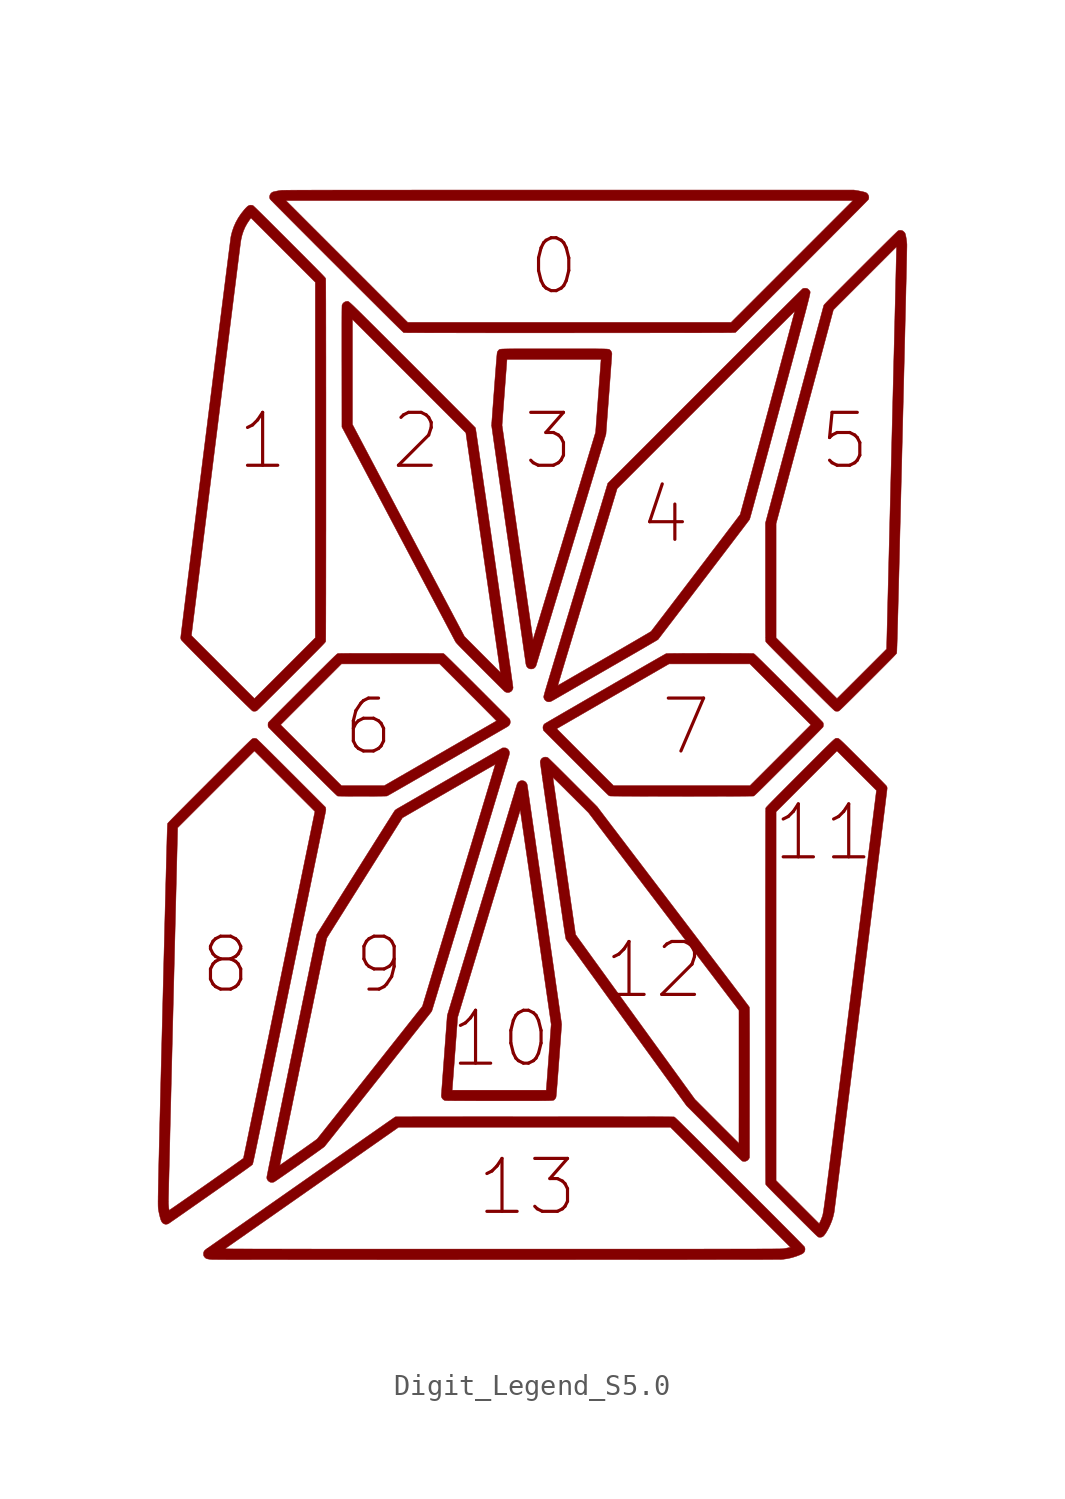
<source format=kicad_sym>
(kicad_symbol_lib
  (version 20211014)
  (generator kicad_symbol_editor)
  (symbol "Digit_Legend_S5.0"
    (pin_names
      (offset 1.016))
    (property "Reference" "#G"
      (at 0 27.178 0)
      (effects (font (size 1.27 1.27)) hide))
    (symbol "Digit_Legend_S5.0_0_0"
      (polyline (pts (xy -7.836 -3.341) (xy -7.698 -3.341) (xy -7.563 -3.34) (xy -7.432 -3.34) (xy -7.308 -3.339) (xy -7.19 -3.338) (xy -7.083 -3.337) (xy -6.986 -3.336) (xy -6.902 -3.334) (xy -6.832 -3.333) (xy -6.779 -3.331) (xy -6.744 -3.329) (xy -6.727 -3.327) (xy -6.727 -3.327) (xy -6.714 -3.32) (xy -6.683 -3.303) (xy -6.635 -3.276) (xy -6.572 -3.24) (xy -6.492 -3.195) (xy -6.398 -3.141) (xy -6.29 -3.079) (xy -6.169 -3.01) (xy -6.036 -2.933) (xy -5.89 -2.85) (xy -5.734 -2.76) (xy -5.567 -2.664) (xy -5.391 -2.562) (xy -5.205 -2.456) (xy -5.012 -2.344) (xy -4.811 -2.228) (xy -4.603 -2.109) (xy -4.389 -1.985) (xy -4.17 -1.859) (xy -3.947 -1.73) (xy -3.727 -1.603) (xy -3.506 -1.476) (xy -3.29 -1.351) (xy -3.079 -1.229) (xy -2.874 -1.111) (xy -2.676 -0.996) (xy -2.486 -0.887) (xy -2.304 -0.782) (xy -2.132 -0.682) (xy -1.969 -0.588) (xy -1.817 -0.501) (xy -1.677 -0.42) (xy -1.549 -0.346) (xy -1.434 -0.28) (xy -1.333 -0.221) (xy -1.246 -0.171) (xy -1.175 -0.13) (xy -1.12 -0.098) (xy -1.081 -0.076) (xy -1.061 -0.064) (xy -1.036 -0.05) (xy -0.986 -0.02) (xy -0.941 0.008) (xy -0.907 0.031) (xy -0.887 0.046) (xy -0.848 0.094) (xy -0.82 0.157) (xy -0.811 0.226) (xy -0.822 0.299) (xy -0.84 0.36) (xy -2.388 1.91) (xy -2.391 1.913) (xy -2.557 2.079) (xy -2.717 2.239) (xy -2.87 2.392) (xy -3.016 2.537) (xy -3.154 2.675) (xy -3.284 2.803) (xy -3.404 2.923) (xy -3.515 3.032) (xy -3.615 3.132) (xy -3.705 3.22) (xy -3.784 3.297) (xy -3.85 3.362) (xy -3.904 3.414) (xy -3.945 3.453) (xy -3.971 3.478) (xy -3.984 3.488) (xy -4.032 3.517) (xy -6.537 3.52) (xy -6.779 3.52) (xy -7.051 3.52) (xy -7.304 3.52) (xy -7.537 3.52) (xy -7.946 3.52) (xy -8.124 3.52) (xy -8.285 3.52) (xy -8.429 3.52) (xy -8.558 3.519) (xy -8.67 3.518) (xy -8.768 3.518) (xy -8.852 3.517) (xy -8.922 3.516) (xy -8.979 3.515) (xy -9.024 3.514) (xy -9.057 3.513) (xy -9.079 3.512) (xy -9.089 3.51) (xy -9.093 3.509) (xy -9.1 3.506) (xy -9.108 3.501) (xy -9.12 3.493) (xy -9.134 3.482) (xy -9.152 3.467) (xy -9.174 3.447) (xy -9.2 3.422) (xy -9.233 3.392) (xy -9.271 3.356) (xy -9.316 3.312) (xy -9.368 3.262) (xy -9.428 3.203) (xy -9.496 3.136) (xy -9.573 3.06) (xy -9.66 2.974) (xy -9.757 2.877) (xy -9.865 2.77) (xy -9.984 2.652) (xy -10.115 2.521) (xy -10.259 2.377) (xy -10.416 2.221) (xy -10.586 2.05) (xy -10.772 1.865) (xy -10.792 1.845) (xy -10.947 1.69) (xy -11.099 1.539) (xy -11.245 1.392) (xy -11.387 1.25) (xy -11.522 1.115) (xy -11.65 0.986) (xy -11.772 0.864) (xy -11.885 0.75) (xy -11.989 0.645) (xy -12.084 0.549) (xy -12.168 0.464) (xy -12.242 0.389) (xy -12.304 0.326) (xy -12.354 0.275) (xy -12.391 0.236) (xy -12.415 0.212) (xy -12.424 0.201) (xy -12.429 0.19) (xy -12.438 0.149) (xy -12.441 0.09) (xy -11.838 0.09) (xy -8.915 3.014) (xy -4.201 3.014) (xy -2.737 1.549) (xy -2.598 1.41) (xy -2.463 1.275) (xy -2.334 1.146) (xy -2.211 1.023) (xy -2.095 0.906) (xy -1.987 0.797) (xy -1.887 0.697) (xy -1.796 0.605) (xy -1.714 0.523) (xy -1.643 0.451) (xy -1.584 0.391) (xy -1.537 0.343) (xy -1.502 0.307) (xy -1.481 0.286) (xy -1.474 0.278) (xy -1.48 0.274) (xy -1.503 0.261) (xy -1.54 0.239) (xy -1.59 0.21) (xy -1.649 0.176) (xy -1.718 0.136) (xy -1.791 0.094) (xy -1.805 0.086) (xy -1.85 0.06) (xy -1.912 0.024) (xy -1.99 -0.021) (xy -2.083 -0.074) (xy -2.19 -0.137) (xy -2.311 -0.206) (xy -2.445 -0.283) (xy -2.59 -0.367) (xy -2.746 -0.457) (xy -2.912 -0.553) (xy -3.086 -0.654) (xy -3.269 -0.759) (xy -3.458 -0.869) (xy -3.655 -0.982) (xy -3.856 -1.098) (xy -4.062 -1.217) (xy -4.271 -1.338) (xy -4.483 -1.46) (xy -6.862 -2.833) (xy -8.915 -2.833) (xy -11.838 0.09) (xy -12.441 0.09) (xy -12.441 0.066) (xy -12.436 0.014) (xy -12.424 -0.021) (xy -12.424 -0.022) (xy -12.412 -0.034) (xy -12.387 -0.06) (xy -12.348 -0.1) (xy -12.297 -0.153) (xy -12.233 -0.218) (xy -12.158 -0.294) (xy -12.072 -0.381) (xy -11.976 -0.478) (xy -11.87 -0.584) (xy -11.756 -0.699) (xy -11.634 -0.822) (xy -11.505 -0.952) (xy -11.369 -1.088) (xy -11.226 -1.23) (xy -11.079 -1.378) (xy -10.927 -1.53) (xy -10.772 -1.685) (xy -10.741 -1.715) (xy -10.551 -1.906) (xy -10.375 -2.082) (xy -10.212 -2.243) (xy -10.063 -2.392) (xy -9.927 -2.527) (xy -9.804 -2.65) (xy -9.692 -2.761) (xy -9.592 -2.86) (xy -9.502 -2.948) (xy -9.423 -3.026) (xy -9.354 -3.093) (xy -9.294 -3.151) (xy -9.244 -3.2) (xy -9.202 -3.24) (xy -9.167 -3.272) (xy -9.141 -3.297) (xy -9.121 -3.314) (xy -9.107 -3.324) (xy -9.1 -3.329) (xy -9.1 -3.329) (xy -9.081 -3.331) (xy -9.043 -3.333) (xy -8.988 -3.334) (xy -8.916 -3.336) (xy -8.831 -3.337) (xy -8.733 -3.338) (xy -8.624 -3.339) (xy -8.506 -3.34) (xy -8.38 -3.34) (xy -8.248 -3.341) (xy -8.113 -3.341) (xy -7.975 -3.341) (xy -7.836 -3.341)) (stroke (width 0.01) (type default) (color 0 0 0 0)) (fill (type outline)))
      (polyline (pts (xy 1.486 18.905) (xy 2.038 18.905) (xy 2.465 18.906) (xy 2.939 18.906) (xy 3.393 18.906) (xy 3.826 18.906) (xy 4.241 18.906) (xy 4.636 18.906) (xy 5.013 18.906) (xy 5.372 18.906) (xy 5.713 18.906) (xy 6.036 18.907) (xy 6.343 18.907) (xy 6.634 18.907) (xy 6.909 18.907) (xy 7.168 18.907) (xy 7.413 18.907) (xy 7.643 18.908) (xy 7.859 18.908) (xy 8.061 18.908) (xy 8.25 18.908) (xy 8.426 18.909) (xy 8.59 18.909) (xy 8.742 18.909) (xy 8.883 18.91) (xy 9.012 18.91) (xy 9.131 18.91) (xy 9.241 18.911) (xy 9.34 18.911) (xy 9.43 18.912) (xy 9.512 18.912) (xy 9.585 18.913) (xy 9.651 18.913) (xy 9.709 18.914) (xy 9.76 18.915) (xy 9.805 18.915) (xy 9.844 18.916) (xy 9.877 18.917) (xy 9.905 18.918) (xy 9.928 18.919) (xy 9.947 18.919) (xy 9.963 18.92) (xy 9.975 18.921) (xy 9.984 18.922) (xy 9.99 18.923) (xy 9.995 18.924) (xy 9.998 18.926) (xy 9.998 18.926) (xy 10.01 18.936) (xy 10.036 18.961) (xy 10.076 18.999) (xy 10.129 19.051) (xy 10.194 19.115) (xy 10.271 19.191) (xy 10.36 19.279) (xy 10.459 19.377) (xy 10.569 19.485) (xy 10.688 19.603) (xy 10.815 19.73) (xy 10.951 19.866) (xy 11.095 20.009) (xy 11.246 20.159) (xy 11.404 20.316) (xy 11.567 20.479) (xy 11.736 20.647) (xy 11.909 20.82) (xy 12.087 20.997) (xy 12.268 21.178) (xy 12.452 21.362) (xy 12.639 21.548) (xy 12.827 21.736) (xy 13.016 21.925) (xy 13.206 22.115) (xy 13.396 22.305) (xy 13.585 22.494) (xy 13.773 22.682) (xy 13.959 22.869) (xy 14.142 23.052) (xy 14.322 23.233) (xy 14.499 23.41) (xy 14.672 23.584) (xy 14.84 23.752) (xy 15.002 23.915) (xy 15.158 24.072) (xy 15.308 24.222) (xy 15.45 24.365) (xy 15.585 24.501) (xy 15.711 24.628) (xy 15.829 24.746) (xy 15.936 24.855) (xy 16.033 24.953) (xy 16.12 25.041) (xy 16.195 25.117) (xy 16.258 25.181) (xy 16.308 25.233) (xy 16.346 25.271) (xy 16.369 25.296) (xy 16.378 25.307) (xy 16.396 25.359) (xy 16.4 25.422) (xy 16.387 25.486) (xy 16.359 25.545) (xy 16.319 25.596) (xy 16.266 25.634) (xy 16.261 25.637) (xy 16.228 25.648) (xy 16.18 25.662) (xy 16.119 25.678) (xy 16.049 25.694) (xy 15.975 25.709) (xy 15.9 25.724) (xy 15.829 25.736) (xy 15.68 25.76) (xy -0.053 25.76) (xy -0.652 25.76) (xy -1.792 25.76) (xy -2.333 25.76) (xy -2.854 25.76) (xy -3.357 25.76) (xy -3.842 25.76) (xy -4.309 25.76) (xy -4.758 25.76) (xy -5.19 25.76) (xy -5.604 25.759) (xy -6.002 25.759) (xy -6.384 25.759) (xy -6.749 25.759) (xy -7.099 25.759) (xy -7.433 25.759) (xy -7.751 25.759) (xy -8.055 25.758) (xy -8.345 25.758) (xy -8.62 25.758) (xy -8.881 25.758) (xy -9.129 25.758) (xy -9.363 25.757) (xy -9.584 25.757) (xy -9.793 25.757) (xy -9.989 25.756) (xy -10.173 25.756) (xy -10.345 25.756) (xy -10.506 25.755) (xy -10.656 25.755) (xy -10.795 25.755) (xy -10.923 25.754) (xy -11.041 25.754) (xy -11.15 25.753) (xy -11.248 25.753) (xy -11.338 25.753) (xy -11.419 25.752) (xy -11.491 25.752) (xy -11.554 25.751) (xy -11.61 25.75) (xy -11.658 25.75) (xy -11.698 25.749) (xy -11.732 25.749) (xy -11.758 25.748) (xy -11.779 25.747) (xy -11.793 25.747) (xy -11.801 25.746) (xy -11.806 25.745) (xy -11.87 25.736) (xy -11.94 25.725) (xy -12.011 25.712) (xy -12.078 25.698) (xy -12.137 25.685) (xy -12.184 25.673) (xy -12.214 25.663) (xy -12.226 25.658) (xy -12.28 25.621) (xy -12.323 25.571) (xy -12.352 25.513) (xy -12.366 25.449) (xy -12.364 25.386) (xy -12.344 25.326) (xy -12.337 25.318) (xy -12.316 25.295) (xy -12.28 25.258) (xy -12.279 25.257) (xy -11.584 25.257) (xy 15.638 25.257) (xy 9.791 19.41) (xy -5.737 19.41) (xy -11.584 25.257) (xy -12.279 25.257) (xy -12.23 25.206) (xy -12.166 25.14) (xy -12.088 25.061) (xy -11.996 24.968) (xy -11.89 24.861) (xy -11.772 24.742) (xy -11.64 24.61) (xy -11.496 24.465) (xy -11.34 24.307) (xy -11.171 24.138) (xy -10.99 23.956) (xy -10.798 23.763) (xy -10.594 23.559) (xy -10.378 23.343) (xy -10.152 23.116) (xy -9.915 22.879) (xy -9.409 22.373) (xy -9.14 22.105) (xy -8.876 21.841) (xy -8.62 21.584) (xy -8.377 21.342) (xy -8.149 21.114) (xy -7.934 20.9) (xy -7.732 20.699) (xy -7.544 20.511) (xy -7.367 20.335) (xy -7.203 20.171) (xy -7.051 20.02) (xy -6.91 19.879) (xy -6.78 19.75) (xy -6.661 19.632) (xy -6.553 19.524) (xy -6.454 19.427) (xy -6.365 19.339) (xy -6.285 19.26) (xy -6.214 19.191) (xy -6.152 19.13) (xy -6.098 19.078) (xy -6.052 19.033) (xy -6.014 18.996) (xy -5.982 18.967) (xy -5.958 18.944) (xy -5.94 18.928) (xy -5.928 18.919) (xy -5.922 18.915) (xy -5.922 18.915) (xy -5.908 18.914) (xy -5.876 18.913) (xy -5.827 18.913) (xy -5.761 18.912) (xy -5.677 18.911) (xy -5.574 18.911) (xy -5.454 18.91) (xy -5.316 18.91) (xy -5.159 18.909) (xy -4.983 18.909) (xy -4.79 18.908) (xy -4.577 18.908) (xy -4.345 18.907) (xy -4.095 18.907) (xy -3.825 18.907) (xy -3.536 18.907) (xy -3.228 18.906) (xy -2.9 18.906) (xy -2.552 18.906) (xy -2.184 18.906) (xy -1.797 18.905) (xy -1.389 18.905) (xy -0.962 18.905) (xy 0.955 18.905) (xy 1.486 18.905)) (stroke (width 0.01) (type default) (color 0 0 0 0)) (fill (type outline)))
      (polyline (pts (xy 8.075 -3.342) (xy 8.305 -3.342) (xy 8.531 -3.342) (xy 8.752 -3.342) (xy 8.968 -3.342) (xy 9.177 -3.341) (xy 9.379 -3.341) (xy 9.572 -3.34) (xy 9.756 -3.34) (xy 9.929 -3.339) (xy 10.09 -3.339) (xy 10.239 -3.338) (xy 10.375 -3.337) (xy 10.497 -3.336) (xy 10.603 -3.335) (xy 10.693 -3.334) (xy 10.766 -3.333) (xy 10.82 -3.332) (xy 10.855 -3.331) (xy 10.87 -3.329) (xy 10.871 -3.329) (xy 10.877 -3.326) (xy 10.887 -3.32) (xy 10.899 -3.311) (xy 10.916 -3.297) (xy 10.937 -3.278) (xy 10.963 -3.254) (xy 10.995 -3.224) (xy 11.033 -3.188) (xy 11.078 -3.145) (xy 11.131 -3.094) (xy 11.191 -3.035) (xy 11.26 -2.968) (xy 11.338 -2.891) (xy 11.426 -2.804) (xy 11.524 -2.706) (xy 11.633 -2.598) (xy 11.753 -2.478) (xy 11.886 -2.346) (xy 12.031 -2.201) (xy 12.189 -2.043) (xy 12.361 -1.871) (xy 12.548 -1.685) (xy 12.688 -1.545) (xy 12.845 -1.388) (xy 12.997 -1.236) (xy 13.143 -1.089) (xy 13.282 -0.95) (xy 13.414 -0.817) (xy 13.538 -0.692) (xy 13.653 -0.576) (xy 13.76 -0.469) (xy 13.856 -0.371) (xy 13.942 -0.284) (xy 14.017 -0.208) (xy 14.079 -0.143) (xy 14.13 -0.091) (xy 14.167 -0.052) (xy 14.191 -0.027) (xy 14.2 -0.016) (xy 14.206 -0.002) (xy 14.216 0.045) (xy 14.219 0.1) (xy 14.213 0.153) (xy 14.2 0.196) (xy 14.193 0.205) (xy 14.171 0.228) (xy 14.136 0.266) (xy 14.087 0.316) (xy 14.026 0.379) (xy 13.953 0.453) (xy 13.868 0.539) (xy 13.773 0.635) (xy 13.668 0.741) (xy 13.554 0.856) (xy 13.431 0.98) (xy 13.3 1.111) (xy 13.162 1.25) (xy 13.017 1.396) (xy 12.866 1.547) (xy 12.709 1.704) (xy 12.548 1.865) (xy 12.526 1.887) (xy 12.341 2.071) (xy 12.171 2.242) (xy 12.014 2.398) (xy 11.87 2.542) (xy 11.739 2.672) (xy 11.62 2.791) (xy 11.512 2.898) (xy 11.415 2.994) (xy 11.329 3.08) (xy 11.252 3.156) (xy 11.184 3.222) (xy 11.124 3.28) (xy 11.073 3.33) (xy 11.029 3.373) (xy 10.991 3.408) (xy 10.96 3.437) (xy 10.935 3.461) (xy 10.914 3.479) (xy 10.898 3.492) (xy 10.886 3.501) (xy 10.877 3.507) (xy 10.87 3.51) (xy 10.859 3.511) (xy 10.827 3.513) (xy 10.777 3.514) (xy 10.708 3.515) (xy 10.623 3.516) (xy 10.524 3.518) (xy 10.41 3.518) (xy 10.284 3.519) (xy 10.146 3.52) (xy 9.998 3.521) (xy 9.841 3.521) (xy 9.677 3.522) (xy 9.506 3.522) (xy 9.331 3.522) (xy 9.151 3.523) (xy 8.969 3.523) (xy 8.785 3.523) (xy 8.602 3.522) (xy 8.419 3.522) (xy 8.239 3.522) (xy 8.063 3.522) (xy 7.891 3.521) (xy 7.726 3.52) (xy 7.568 3.52) (xy 7.419 3.519) (xy 7.279 3.518) (xy 7.151 3.517) (xy 7.035 3.516) (xy 6.933 3.515) (xy 6.846 3.513) (xy 6.775 3.512) (xy 6.721 3.511) (xy 6.687 3.509) (xy 6.672 3.507) (xy 6.67 3.507) (xy 6.654 3.498) (xy 6.62 3.479) (xy 6.569 3.451) (xy 6.503 3.413) (xy 6.423 3.367) (xy 6.328 3.313) (xy 6.221 3.252) (xy 6.101 3.183) (xy 5.97 3.108) (xy 5.828 3.027) (xy 5.677 2.94) (xy 5.517 2.848) (xy 5.349 2.751) (xy 5.174 2.65) (xy 4.993 2.546) (xy 4.807 2.438) (xy 4.615 2.328) (xy 4.421 2.216) (xy 4.223 2.102) (xy 4.024 1.986) (xy 3.823 1.87) (xy 3.622 1.754) (xy 3.421 1.638) (xy 3.222 1.523) (xy 3.025 1.409) (xy 2.831 1.297) (xy 2.641 1.187) (xy 2.456 1.08) (xy 2.277 0.976) (xy 2.104 0.876) (xy 1.938 0.78) (xy 1.781 0.689) (xy 1.633 0.603) (xy 1.494 0.522) (xy 1.366 0.448) (xy 1.25 0.38) (xy 1.146 0.32) (xy 1.056 0.267) (xy 0.979 0.222) (xy 0.918 0.186) (xy 0.872 0.159) (xy 0.843 0.141) (xy 0.832 0.134) (xy 0.791 0.085) (xy 0.764 0.023) (xy 0.756 -0.046) (xy 0.763 -0.098) (xy 1.419 -0.098) (xy 1.426 -0.093) (xy 1.452 -0.078) (xy 1.494 -0.054) (xy 1.552 -0.02) (xy 1.627 0.023) (xy 1.716 0.074) (xy 1.819 0.134) (xy 1.935 0.201) (xy 2.064 0.276) (xy 2.205 0.357) (xy 2.358 0.445) (xy 2.52 0.539) (xy 2.693 0.639) (xy 2.875 0.744) (xy 3.065 0.854) (xy 3.263 0.968) (xy 3.467 1.086) (xy 3.678 1.208) (xy 3.894 1.332) (xy 4.115 1.46) (xy 6.808 3.014) (xy 10.691 3.014) (xy 12.153 1.552) (xy 13.615 0.09) (xy 12.153 -1.372) (xy 10.691 -2.833) (xy 4.146 -2.833) (xy 2.78 -1.467) (xy 2.681 -1.369) (xy 2.542 -1.23) (xy 2.408 -1.095) (xy 2.279 -0.966) (xy 2.156 -0.843) (xy 2.04 -0.726) (xy 1.931 -0.617) (xy 1.831 -0.516) (xy 1.74 -0.425) (xy 1.659 -0.343) (xy 1.588 -0.271) (xy 1.528 -0.211) (xy 1.481 -0.163) (xy 1.446 -0.127) (xy 1.425 -0.105) (xy 1.419 -0.098) (xy 0.763 -0.098) (xy 0.766 -0.119) (xy 0.784 -0.18) (xy 2.327 -1.724) (xy 2.426 -1.823) (xy 2.575 -1.972) (xy 2.719 -2.117) (xy 2.859 -2.256) (xy 2.993 -2.39) (xy 3.121 -2.518) (xy 3.241 -2.638) (xy 3.354 -2.751) (xy 3.459 -2.855) (xy 3.554 -2.949) (xy 3.639 -3.034) (xy 3.713 -3.108) (xy 3.776 -3.17) (xy 3.827 -3.22) (xy 3.866 -3.258) (xy 3.89 -3.282) (xy 3.901 -3.291) (xy 3.902 -3.292) (xy 3.934 -3.311) (xy 3.97 -3.327) (xy 3.976 -3.328) (xy 4.004 -3.329) (xy 4.051 -3.33) (xy 4.116 -3.332) (xy 4.199 -3.333) (xy 4.299 -3.334) (xy 4.415 -3.335) (xy 4.545 -3.336) (xy 4.689 -3.336) (xy 4.846 -3.337) (xy 5.015 -3.338) (xy 5.194 -3.339) (xy 5.384 -3.339) (xy 5.582 -3.34) (xy 5.788 -3.34) (xy 6.002 -3.341) (xy 6.221 -3.341) (xy 6.445 -3.342) (xy 6.674 -3.342) (xy 6.905 -3.342) (xy 7.139 -3.342) (xy 7.373 -3.342) (xy 7.609 -3.343) (xy 7.843 -3.343) (xy 8.075 -3.342)) (stroke (width 0.01) (type default) (color 0 0 0 0)) (fill (type outline)))
      (polyline (pts (xy 0.1 -17.959) (xy 0.259 -17.958) (xy 0.404 -17.958) (xy 0.534 -17.958) (xy 0.65 -17.957) (xy 0.754 -17.956) (xy 0.845 -17.955) (xy 0.925 -17.954) (xy 0.995 -17.953) (xy 1.055 -17.951) (xy 1.106 -17.949) (xy 1.149 -17.946) (xy 1.185 -17.944) (xy 1.214 -17.941) (xy 1.238 -17.937) (xy 1.256 -17.933) (xy 1.27 -17.929) (xy 1.281 -17.924) (xy 1.29 -17.919) (xy 1.296 -17.913) (xy 1.302 -17.907) (xy 1.307 -17.9) (xy 1.313 -17.893) (xy 1.321 -17.885) (xy 1.334 -17.871) (xy 1.361 -17.834) (xy 1.379 -17.799) (xy 1.381 -17.791) (xy 1.385 -17.773) (xy 1.388 -17.743) (xy 1.393 -17.702) (xy 1.398 -17.649) (xy 1.404 -17.583) (xy 1.411 -17.503) (xy 1.419 -17.409) (xy 1.428 -17.3) (xy 1.438 -17.175) (xy 1.449 -17.033) (xy 1.462 -16.873) (xy 1.475 -16.696) (xy 1.49 -16.5) (xy 1.507 -16.284) (xy 1.524 -16.047) (xy 1.534 -15.912) (xy 1.548 -15.726) (xy 1.562 -15.547) (xy 1.575 -15.375) (xy 1.587 -15.211) (xy 1.598 -15.057) (xy 1.609 -14.913) (xy 1.618 -14.782) (xy 1.627 -14.663) (xy 1.634 -14.558) (xy 1.641 -14.469) (xy 1.646 -14.396) (xy 1.65 -14.341) (xy 1.652 -14.305) (xy 1.653 -14.289) (xy 1.653 -14.289) (xy 1.651 -14.274) (xy 1.647 -14.239) (xy 1.639 -14.184) (xy 1.629 -14.111) (xy 1.616 -14.018) (xy 1.601 -13.908) (xy 1.583 -13.781) (xy 1.562 -13.637) (xy 1.54 -13.476) (xy 1.515 -13.301) (xy 1.488 -13.11) (xy 1.458 -12.906) (xy 1.427 -12.687) (xy 1.394 -12.456) (xy 1.359 -12.212) (xy 1.323 -11.957) (xy 1.285 -11.69) (xy 1.245 -11.413) (xy 1.204 -11.126) (xy 1.161 -10.829) (xy 1.117 -10.524) (xy 1.072 -10.21) (xy 1.026 -9.889) (xy 0.979 -9.562) (xy 0.93 -9.227) (xy 0.881 -8.887) (xy 0.832 -8.543) (xy 0.829 -8.524) (xy 0.779 -8.179) (xy 0.73 -7.84) (xy 0.682 -7.506) (xy 0.635 -7.179) (xy 0.589 -6.858) (xy 0.543 -6.546) (xy 0.499 -6.241) (xy 0.457 -5.945) (xy 0.415 -5.659) (xy 0.376 -5.382) (xy 0.337 -5.117) (xy 0.3 -4.862) (xy 0.265 -4.619) (xy 0.232 -4.389) (xy 0.201 -4.172) (xy 0.171 -3.968) (xy 0.144 -3.779) (xy 0.119 -3.605) (xy 0.096 -3.446) (xy 0.075 -3.303) (xy 0.057 -3.177) (xy 0.042 -3.068) (xy 0.029 -2.978) (xy 0.018 -2.905) (xy 0.01 -2.852) (xy 0.006 -2.819) (xy 0.004 -2.806) (xy -0.005 -2.769) (xy -0.033 -2.709) (xy -0.076 -2.657) (xy -0.127 -2.619) (xy -0.144 -2.611) (xy -0.212 -2.591) (xy -0.28 -2.59) (xy -0.344 -2.607) (xy -0.402 -2.64) (xy -0.449 -2.688) (xy -0.482 -2.75) (xy -0.482 -2.751) (xy -0.487 -2.766) (xy -0.497 -2.8) (xy -0.514 -2.854) (xy -0.536 -2.926) (xy -0.563 -3.016) (xy -0.596 -3.123) (xy -0.633 -3.248) (xy -0.675 -3.388) (xy -0.723 -3.543) (xy -0.774 -3.714) (xy -0.83 -3.899) (xy -0.89 -4.097) (xy -0.954 -4.309) (xy -1.022 -4.534) (xy -1.093 -4.77) (xy -1.168 -5.018) (xy -1.246 -5.276) (xy -1.327 -5.545) (xy -1.412 -5.824) (xy -1.498 -6.111) (xy -1.588 -6.407) (xy -1.679 -6.711) (xy -1.773 -7.022) (xy -1.869 -7.34) (xy -1.967 -7.664) (xy -2.066 -7.993) (xy -2.167 -8.327) (xy -3.836 -13.859) (xy -3.979 -15.765) (xy -3.987 -15.879) (xy -4.002 -16.076) (xy -4.016 -16.267) (xy -4.03 -16.451) (xy -4.043 -16.627) (xy -4.055 -16.793) (xy -4.067 -16.95) (xy -4.077 -17.095) (xy -4.087 -17.228) (xy -4.096 -17.347) (xy -4.103 -17.451) (xy -3.603 -17.451) (xy -3.597 -17.384) (xy -3.596 -17.376) (xy -3.594 -17.346) (xy -3.59 -17.297) (xy -3.585 -17.229) (xy -3.579 -17.145) (xy -3.571 -17.045) (xy -3.562 -16.931) (xy -3.553 -16.803) (xy -3.542 -16.663) (xy -3.531 -16.512) (xy -3.519 -16.352) (xy -3.506 -16.182) (xy -3.493 -16.006) (xy -3.479 -15.822) (xy -3.465 -15.634) (xy -3.339 -13.951) (xy -1.837 -8.974) (xy -1.766 -8.737) (xy -1.672 -8.424) (xy -1.579 -8.117) (xy -1.488 -7.816) (xy -1.399 -7.522) (xy -1.312 -7.235) (xy -1.228 -6.957) (xy -1.147 -6.687) (xy -1.068 -6.426) (xy -0.992 -6.175) (xy -0.919 -5.935) (xy -0.85 -5.705) (xy -0.784 -5.488) (xy -0.722 -5.283) (xy -0.664 -5.09) (xy -0.61 -4.912) (xy -0.56 -4.747) (xy -0.514 -4.598) (xy -0.473 -4.463) (xy -0.437 -4.345) (xy -0.406 -4.243) (xy -0.381 -4.159) (xy -0.36 -4.092) (xy -0.345 -4.044) (xy -0.336 -4.015) (xy -0.333 -4.005) (xy -0.332 -4.011) (xy -0.328 -4.037) (xy -0.322 -4.082) (xy -0.312 -4.147) (xy -0.3 -4.23) (xy -0.285 -4.331) (xy -0.268 -4.45) (xy -0.248 -4.585) (xy -0.227 -4.737) (xy -0.203 -4.903) (xy -0.176 -5.085) (xy -0.148 -5.281) (xy -0.118 -5.49) (xy -0.086 -5.712) (xy -0.052 -5.946) (xy -0.016 -6.192) (xy 0.021 -6.449) (xy 0.06 -6.717) (xy 0.1 -6.994) (xy 0.141 -7.28) (xy 0.183 -7.574) (xy 0.227 -7.877) (xy 0.272 -8.186) (xy 0.317 -8.502) (xy 0.364 -8.824) (xy 0.411 -9.152) (xy 1.152 -14.289) (xy 1.034 -15.87) (xy 0.915 -17.451) (xy -3.603 -17.451) (xy -4.103 -17.451) (xy -4.103 -17.452) (xy -4.11 -17.541) (xy -4.115 -17.613) (xy -4.119 -17.667) (xy -4.121 -17.702) (xy -4.122 -17.718) (xy -4.119 -17.749) (xy -4.1 -17.81) (xy -4.064 -17.865) (xy -4.014 -17.911) (xy -3.955 -17.943) (xy -3.955 -17.943) (xy -3.947 -17.945) (xy -3.934 -17.946) (xy -3.915 -17.947) (xy -3.889 -17.949) (xy -3.855 -17.95) (xy -3.813 -17.951) (xy -3.761 -17.952) (xy -3.7 -17.953) (xy -3.627 -17.953) (xy -3.543 -17.954) (xy -3.447 -17.955) (xy -3.338 -17.956) (xy -3.215 -17.956) (xy -3.077 -17.956) (xy -2.925 -17.957) (xy -2.756 -17.957) (xy -2.571 -17.957) (xy -2.368 -17.958) (xy -2.147 -17.958) (xy -1.907 -17.958) (xy -1.647 -17.958) (xy -1.367 -17.958) (xy -1.223 -17.958) (xy -0.955 -17.958) (xy -0.708 -17.959) (xy -0.479 -17.959) (xy -0.269 -17.959) (xy -0.076 -17.959) (xy 0.1 -17.959)) (stroke (width 0.01) (type default) (color 0 0 0 0)) (fill (type outline)))
      (polyline (pts (xy 0.247 2.775) (xy 0.302 2.792) (xy 0.344 2.818) (xy 0.393 2.868) (xy 0.426 2.93) (xy 0.426 2.931) (xy 0.431 2.946) (xy 0.442 2.981) (xy 0.458 3.034) (xy 0.48 3.106) (xy 0.507 3.196) (xy 0.54 3.304) (xy 0.578 3.428) (xy 0.62 3.568) (xy 0.667 3.724) (xy 0.719 3.894) (xy 0.774 4.079) (xy 0.835 4.278) (xy 0.899 4.489) (xy 0.966 4.714) (xy 1.038 4.95) (xy 1.113 5.198) (xy 1.191 5.457) (xy 1.272 5.725) (xy 1.356 6.004) (xy 1.443 6.291) (xy 1.532 6.587) (xy 1.624 6.891) (xy 1.718 7.202) (xy 1.814 7.52) (xy 1.911 7.844) (xy 2.011 8.173) (xy 2.112 8.508) (xy 3.78 14.039) (xy 3.923 15.946) (xy 3.932 16.06) (xy 3.946 16.257) (xy 3.961 16.448) (xy 3.974 16.632) (xy 3.987 16.808) (xy 4 16.974) (xy 4.011 17.131) (xy 4.022 17.276) (xy 4.032 17.409) (xy 4.04 17.528) (xy 4.048 17.632) (xy 4.054 17.721) (xy 4.059 17.793) (xy 4.063 17.848) (xy 4.065 17.883) (xy 4.066 17.898) (xy 4.061 17.938) (xy 4.042 17.992) (xy 4.012 18.043) (xy 3.976 18.08) (xy 3.968 18.086) (xy 3.962 18.092) (xy 3.955 18.098) (xy 3.949 18.103) (xy 3.941 18.107) (xy 3.931 18.111) (xy 3.918 18.115) (xy 3.902 18.119) (xy 3.881 18.122) (xy 3.855 18.124) (xy 3.823 18.127) (xy 3.784 18.129) (xy 3.738 18.131) (xy 3.683 18.133) (xy 3.619 18.134) (xy 3.545 18.135) (xy 3.46 18.136) (xy 3.363 18.137) (xy 3.254 18.138) (xy 3.132 18.138) (xy 2.996 18.139) (xy 2.845 18.139) (xy 2.679 18.139) (xy 2.496 18.139) (xy 2.296 18.139) (xy 1.841 18.139) (xy 1.584 18.139) (xy 1.171 18.139) (xy 0.903 18.139) (xy 0.023 18.139) (xy -0.153 18.139) (xy -0.313 18.139) (xy -0.458 18.139) (xy -0.588 18.138) (xy -0.705 18.137) (xy -0.809 18.137) (xy -0.9 18.136) (xy -0.981 18.134) (xy -1.05 18.133) (xy -1.11 18.131) (xy -1.162 18.129) (xy -1.205 18.127) (xy -1.24 18.124) (xy -1.27 18.121) (xy -1.293 18.117) (xy -1.312 18.113) (xy -1.326 18.109) (xy -1.337 18.104) (xy -1.345 18.099) (xy -1.352 18.093) (xy -1.358 18.087) (xy -1.363 18.081) (xy -1.369 18.073) (xy -1.377 18.066) (xy -1.39 18.051) (xy -1.417 18.015) (xy -1.435 17.979) (xy -1.437 17.972) (xy -1.44 17.953) (xy -1.444 17.924) (xy -1.448 17.883) (xy -1.454 17.829) (xy -1.46 17.763) (xy -1.467 17.684) (xy -1.475 17.59) (xy -1.484 17.48) (xy -1.494 17.355) (xy -1.505 17.213) (xy -1.517 17.054) (xy -1.531 16.876) (xy -1.546 16.68) (xy -1.562 16.464) (xy -1.58 16.227) (xy -1.59 16.092) (xy -1.604 15.907) (xy -1.617 15.727) (xy -1.63 15.555) (xy -1.642 15.391) (xy -1.654 15.237) (xy -1.664 15.094) (xy -1.674 14.962) (xy -1.682 14.843) (xy -1.69 14.739) (xy -1.696 14.649) (xy -1.702 14.577) (xy -1.705 14.521) (xy -1.708 14.485) (xy -1.708 14.469) (xy -1.208 14.469) (xy -0.971 17.631) (xy 3.548 17.631) (xy 3.542 17.57) (xy 3.541 17.561) (xy 3.539 17.531) (xy 3.535 17.482) (xy 3.53 17.415) (xy 3.523 17.331) (xy 3.516 17.231) (xy 3.507 17.116) (xy 3.497 16.989) (xy 3.487 16.849) (xy 3.475 16.698) (xy 3.463 16.537) (xy 3.45 16.368) (xy 3.437 16.191) (xy 3.424 16.008) (xy 3.409 15.819) (xy 3.283 14.13) (xy 1.794 9.194) (xy 1.736 9.001) (xy 1.642 8.688) (xy 1.549 8.381) (xy 1.458 8.079) (xy 1.369 7.785) (xy 1.282 7.497) (xy 1.198 7.217) (xy 1.116 6.946) (xy 1.036 6.683) (xy 0.96 6.431) (xy 0.887 6.188) (xy 0.817 5.957) (xy 0.751 5.737) (xy 0.688 5.529) (xy 0.629 5.335) (xy 0.575 5.153) (xy 0.524 4.986) (xy 0.478 4.833) (xy 0.436 4.696) (xy 0.4 4.575) (xy 0.368 4.47) (xy 0.341 4.382) (xy 0.32 4.312) (xy 0.304 4.261) (xy 0.294 4.229) (xy 0.29 4.216) (xy 0.286 4.204) (xy 0.278 4.187) (xy 0.275 4.186) (xy 0.274 4.192) (xy 0.271 4.218) (xy 0.264 4.263) (xy 0.255 4.328) (xy 0.243 4.412) (xy 0.228 4.513) (xy 0.211 4.632) (xy 0.192 4.767) (xy 0.17 4.918) (xy 0.146 5.085) (xy 0.12 5.267) (xy 0.091 5.463) (xy 0.061 5.672) (xy 0.029 5.894) (xy -0.005 6.129) (xy -0.04 6.375) (xy -0.077 6.632) (xy -0.116 6.899) (xy -0.156 7.176) (xy -0.197 7.463) (xy -0.239 7.757) (xy -0.283 8.06) (xy -0.328 8.369) (xy -0.373 8.685) (xy -0.42 9.007) (xy -0.467 9.334) (xy -1.208 14.469) (xy -1.708 14.469) (xy -1.707 14.457) (xy -1.703 14.424) (xy -1.696 14.371) (xy -1.686 14.299) (xy -1.673 14.209) (xy -1.658 14.1) (xy -1.64 13.975) (xy -1.62 13.832) (xy -1.598 13.674) (xy -1.573 13.5) (xy -1.546 13.311) (xy -1.517 13.108) (xy -1.486 12.891) (xy -1.453 12.661) (xy -1.419 12.419) (xy -1.382 12.165) (xy -1.344 11.899) (xy -1.305 11.623) (xy -1.264 11.338) (xy -1.221 11.043) (xy -1.177 10.739) (xy -1.133 10.426) (xy -1.087 10.107) (xy -1.04 9.78) (xy -0.992 9.447) (xy -0.943 9.109) (xy -0.893 8.765) (xy -0.847 8.444) (xy -0.798 8.105) (xy -0.75 7.771) (xy -0.702 7.444) (xy -0.656 7.123) (xy -0.611 6.81) (xy -0.567 6.504) (xy -0.524 6.208) (xy -0.482 5.92) (xy -0.442 5.643) (xy -0.404 5.375) (xy -0.367 5.12) (xy -0.331 4.875) (xy -0.298 4.643) (xy -0.266 4.424) (xy -0.237 4.219) (xy -0.209 4.028) (xy -0.184 3.852) (xy -0.161 3.691) (xy -0.14 3.546) (xy -0.121 3.417) (xy -0.105 3.306) (xy -0.092 3.213) (xy -0.081 3.139) (xy -0.073 3.083) (xy -0.068 3.047) (xy -0.066 3.032) (xy -0.062 3.01) (xy -0.043 2.933) (xy -0.012 2.872) (xy 0.032 2.825) (xy 0.089 2.79) (xy 0.123 2.778) (xy 0.184 2.77) (xy 0.247 2.775)) (stroke (width 0.01) (type default) (color 0 0 0 0)) (fill (type outline)))
      (polyline (pts (xy -0.833 1.658) (xy -0.77 1.695) (xy -0.739 1.727) (xy -0.709 1.774) (xy -0.687 1.826) (xy -0.679 1.875) (xy -0.679 1.878) (xy -0.682 1.9) (xy -0.688 1.942) (xy -0.696 2.004) (xy -0.707 2.084) (xy -0.721 2.182) (xy -0.737 2.296) (xy -0.755 2.428) (xy -0.776 2.574) (xy -0.799 2.736) (xy -0.824 2.912) (xy -0.851 3.102) (xy -0.88 3.304) (xy -0.911 3.519) (xy -0.943 3.745) (xy -0.977 3.982) (xy -1.013 4.229) (xy -1.05 4.485) (xy -1.088 4.75) (xy -1.127 5.023) (xy -1.167 5.303) (xy -1.209 5.59) (xy -1.251 5.882) (xy -1.294 6.179) (xy -1.337 6.481) (xy -1.381 6.787) (xy -1.426 7.095) (xy -1.471 7.406) (xy -1.516 7.719) (xy -1.561 8.032) (xy -1.607 8.345) (xy -1.652 8.658) (xy -1.697 8.97) (xy -1.742 9.28) (xy -1.787 9.587) (xy -1.831 9.891) (xy -1.874 10.19) (xy -1.917 10.485) (xy -1.959 10.775) (xy -2 11.058) (xy -2.041 11.335) (xy -2.08 11.603) (xy -2.118 11.864) (xy -2.154 12.116) (xy -2.19 12.357) (xy -2.223 12.589) (xy -2.256 12.809) (xy -2.286 13.018) (xy -2.315 13.214) (xy -2.342 13.397) (xy -2.367 13.566) (xy -2.389 13.72) (xy -2.41 13.859) (xy -2.428 13.982) (xy -2.444 14.088) (xy -2.458 14.177) (xy -2.468 14.248) (xy -2.476 14.3) (xy -2.482 14.332) (xy -2.484 14.344) (xy -2.485 14.345) (xy -2.497 14.358) (xy -2.524 14.386) (xy -2.565 14.428) (xy -2.619 14.483) (xy -2.686 14.551) (xy -2.765 14.631) (xy -2.856 14.723) (xy -2.959 14.826) (xy -3.072 14.94) (xy -3.196 15.064) (xy -3.329 15.198) (xy -3.472 15.341) (xy -3.623 15.493) (xy -3.783 15.653) (xy -3.95 15.821) (xy -4.125 15.996) (xy -4.307 16.178) (xy -4.495 16.366) (xy -4.689 16.56) (xy -4.888 16.759) (xy -5.091 16.963) (xy -5.299 17.171) (xy -5.511 17.383) (xy -5.548 17.42) (xy -5.8 17.672) (xy -6.038 17.909) (xy -6.261 18.133) (xy -6.471 18.342) (xy -6.668 18.539) (xy -6.852 18.723) (xy -7.024 18.894) (xy -7.184 19.054) (xy -7.332 19.202) (xy -7.47 19.339) (xy -7.597 19.465) (xy -7.714 19.581) (xy -7.821 19.688) (xy -7.919 19.785) (xy -8.008 19.873) (xy -8.089 19.953) (xy -8.162 20.024) (xy -8.228 20.088) (xy -8.286 20.145) (xy -8.338 20.195) (xy -8.384 20.238) (xy -8.425 20.276) (xy -8.46 20.308) (xy -8.49 20.335) (xy -8.516 20.357) (xy -8.538 20.375) (xy -8.556 20.39) (xy -8.572 20.4) (xy -8.584 20.408) (xy -8.595 20.414) (xy -8.604 20.417) (xy -8.612 20.419) (xy -8.619 20.419) (xy -8.625 20.419) (xy -8.632 20.418) (xy -8.639 20.417) (xy -8.646 20.416) (xy -8.705 20.408) (xy -8.765 20.382) (xy -8.819 20.342) (xy -8.861 20.291) (xy -8.887 20.234) (xy -8.888 20.23) (xy -8.889 20.215) (xy -8.89 20.189) (xy -8.891 20.152) (xy -8.892 20.103) (xy -8.893 20.043) (xy -8.894 19.969) (xy -8.895 19.882) (xy -8.895 19.782) (xy -8.896 19.666) (xy -8.896 19.553) (xy -8.39 19.553) (xy -5.668 16.831) (xy -2.945 14.108) (xy -2.115 8.357) (xy -2.105 8.283) (xy -2.055 7.938) (xy -2.006 7.598) (xy -1.958 7.264) (xy -1.91 6.937) (xy -1.864 6.617) (xy -1.819 6.304) (xy -1.775 6) (xy -1.733 5.705) (xy -1.692 5.42) (xy -1.652 5.145) (xy -1.614 4.88) (xy -1.578 4.627) (xy -1.543 4.386) (xy -1.51 4.157) (xy -1.479 3.942) (xy -1.45 3.74) (xy -1.423 3.553) (xy -1.398 3.381) (xy -1.376 3.224) (xy -1.356 3.084) (xy -1.338 2.96) (xy -1.323 2.854) (xy -1.31 2.765) (xy -1.3 2.696) (xy -1.293 2.645) (xy -1.289 2.614) (xy -1.287 2.603) (xy -1.289 2.605) (xy -1.304 2.619) (xy -1.331 2.647) (xy -1.372 2.687) (xy -1.424 2.739) (xy -1.487 2.802) (xy -1.56 2.874) (xy -1.642 2.956) (xy -1.732 3.046) (xy -1.829 3.143) (xy -1.931 3.246) (xy -2.039 3.354) (xy -2.152 3.467) (xy -3.014 4.332) (xy -5.702 9.422) (xy -8.39 14.511) (xy -8.39 17.032) (xy -8.39 19.553) (xy -8.896 19.553) (xy -8.896 19.536) (xy -8.897 19.391) (xy -8.897 19.229) (xy -8.897 19.05) (xy -8.897 18.855) (xy -8.897 18.641) (xy -8.897 18.409) (xy -8.897 18.158) (xy -8.897 17.888) (xy -8.897 17.598) (xy -8.896 17.287) (xy -8.893 14.384) (xy -8.807 14.225) (xy -8.802 14.216) (xy -8.786 14.186) (xy -8.761 14.138) (xy -8.726 14.072) (xy -8.683 13.991) (xy -8.631 13.892) (xy -8.571 13.779) (xy -8.503 13.65) (xy -8.427 13.507) (xy -8.344 13.35) (xy -8.254 13.18) (xy -8.157 12.998) (xy -8.054 12.803) (xy -7.945 12.596) (xy -7.83 12.379) (xy -7.71 12.151) (xy -7.584 11.913) (xy -7.454 11.666) (xy -7.318 11.411) (xy -7.179 11.147) (xy -7.035 10.875) (xy -6.888 10.597) (xy -6.738 10.312) (xy -6.584 10.021) (xy -6.428 9.726) (xy -6.269 9.425) (xy -6.108 9.12) (xy -6.002 8.92) (xy -5.843 8.619) (xy -5.686 8.322) (xy -5.533 8.031) (xy -5.382 7.746) (xy -5.235 7.467) (xy -5.091 7.195) (xy -4.952 6.931) (xy -4.816 6.675) (xy -4.686 6.428) (xy -4.56 6.19) (xy -4.439 5.961) (xy -4.324 5.744) (xy -4.215 5.537) (xy -4.111 5.341) (xy -4.014 5.158) (xy -3.924 4.987) (xy -3.841 4.829) (xy -3.765 4.685) (xy -3.696 4.555) (xy -3.635 4.441) (xy -3.583 4.341) (xy -3.539 4.258) (xy -3.503 4.191) (xy -3.477 4.141) (xy -3.46 4.108) (xy -3.452 4.094) (xy -3.446 4.083) (xy -3.439 4.071) (xy -3.429 4.057) (xy -3.417 4.041) (xy -3.401 4.022) (xy -3.381 3.999) (xy -3.356 3.972) (xy -3.326 3.939) (xy -3.289 3.9) (xy -3.245 3.854) (xy -3.193 3.801) (xy -3.133 3.74) (xy -3.064 3.67) (xy -2.984 3.59) (xy -2.894 3.499) (xy -2.793 3.397) (xy -2.679 3.283) (xy -2.553 3.156) (xy -2.413 3.016) (xy -2.259 2.862) (xy -2.21 2.813) (xy -2.081 2.684) (xy -1.956 2.558) (xy -1.836 2.438) (xy -1.721 2.324) (xy -1.613 2.217) (xy -1.513 2.117) (xy -1.421 2.025) (xy -1.338 1.942) (xy -1.265 1.87) (xy -1.202 1.808) (xy -1.152 1.758) (xy -1.113 1.721) (xy -1.089 1.697) (xy -1.078 1.687) (xy -1.077 1.686) (xy -1.044 1.667) (xy -1.009 1.651) (xy -0.969 1.641) (xy -0.901 1.64) (xy -0.833 1.658)) (stroke (width 0.01) (type default) (color 0 0 0 0)) (fill (type outline)))
      (polyline (pts (xy 10.486 -20.861) (xy 10.549 -20.834) (xy 10.604 -20.79) (xy 10.647 -20.73) (xy 10.67 -20.686) (xy 10.673 -17.096) (xy 10.673 -16.956) (xy 10.673 -16.631) (xy 10.674 -16.326) (xy 10.674 -16.041) (xy 10.674 -15.775) (xy 10.674 -15.084) (xy 10.674 -14.888) (xy 10.674 -14.707) (xy 10.673 -14.542) (xy 10.673 -14.392) (xy 10.673 -14.255) (xy 10.672 -14.132) (xy 10.672 -14.022) (xy 10.671 -13.923) (xy 10.671 -13.836) (xy 10.67 -13.761) (xy 10.67 -13.695) (xy 10.669 -13.639) (xy 10.668 -13.592) (xy 10.667 -13.553) (xy 10.666 -13.522) (xy 10.665 -13.498) (xy 10.664 -13.48) (xy 10.662 -13.469) (xy 10.661 -13.462) (xy 10.661 -13.461) (xy 10.652 -13.447) (xy 10.63 -13.417) (xy 10.595 -13.369) (xy 10.548 -13.306) (xy 10.488 -13.226) (xy 10.416 -13.13) (xy 10.333 -13.019) (xy 10.237 -12.891) (xy 10.129 -12.748) (xy 10.009 -12.59) (xy 9.878 -12.417) (xy 9.735 -12.228) (xy 9.581 -12.024) (xy 9.415 -11.806) (xy 9.239 -11.573) (xy 9.051 -11.326) (xy 8.852 -11.064) (xy 8.642 -10.788) (xy 8.422 -10.498) (xy 8.191 -10.194) (xy 7.95 -9.877) (xy 7.698 -9.546) (xy 7.436 -9.201) (xy 7.164 -8.844) (xy 6.966 -8.584) (xy 6.756 -8.308) (xy 6.55 -8.037) (xy 6.346 -7.77) (xy 6.147 -7.508) (xy 5.952 -7.252) (xy 5.761 -7.001) (xy 5.576 -6.758) (xy 5.396 -6.521) (xy 5.221 -6.292) (xy 5.053 -6.071) (xy 4.891 -5.858) (xy 4.737 -5.655) (xy 4.59 -5.461) (xy 4.45 -5.278) (xy 4.319 -5.105) (xy 4.196 -4.944) (xy 4.082 -4.794) (xy 3.977 -4.656) (xy 3.882 -4.531) (xy 3.797 -4.42) (xy 3.723 -4.322) (xy 3.659 -4.238) (xy 3.607 -4.169) (xy 3.566 -4.116) (xy 3.538 -4.078) (xy 3.522 -4.057) (xy 3.362 -3.845) (xy 2.202 -2.682) (xy 2.146 -2.626) (xy 2.017 -2.496) (xy 1.891 -2.37) (xy 1.77 -2.25) (xy 1.655 -2.135) (xy 1.546 -2.027) (xy 1.444 -1.926) (xy 1.351 -1.834) (xy 1.267 -1.751) (xy 1.192 -1.678) (xy 1.129 -1.616) (xy 1.077 -1.565) (xy 1.037 -1.527) (xy 1.01 -1.503) (xy 0.998 -1.492) (xy 0.979 -1.482) (xy 0.914 -1.462) (xy 0.845 -1.461) (xy 0.777 -1.478) (xy 0.714 -1.515) (xy 0.683 -1.546) (xy 0.653 -1.594) (xy 0.632 -1.646) (xy 0.624 -1.694) (xy 0.624 -1.696) (xy 0.626 -1.715) (xy 0.631 -1.754) (xy 0.639 -1.812) (xy 0.65 -1.889) (xy 0.663 -1.984) (xy 0.679 -2.096) (xy 0.697 -2.225) (xy 0.718 -2.369) (xy 0.729 -2.447) (xy 1.233 -2.447) (xy 1.233 -2.445) (xy 1.237 -2.445) (xy 1.247 -2.452) (xy 1.264 -2.466) (xy 1.288 -2.487) (xy 1.32 -2.517) (xy 1.361 -2.556) (xy 1.412 -2.604) (xy 1.472 -2.663) (xy 1.543 -2.733) (xy 1.626 -2.815) (xy 1.721 -2.909) (xy 1.829 -3.017) (xy 1.95 -3.138) (xy 2.086 -3.273) (xy 2.945 -4.131) (xy 10.167 -13.618) (xy 10.167 -17.365) (xy 10.167 -17.611) (xy 10.167 -17.849) (xy 10.167 -18.079) (xy 10.167 -18.301) (xy 10.167 -18.512) (xy 10.167 -18.713) (xy 10.166 -18.903) (xy 10.166 -19.08) (xy 10.166 -19.244) (xy 10.166 -19.395) (xy 10.166 -19.531) (xy 10.166 -19.651) (xy 10.165 -19.756) (xy 10.165 -19.843) (xy 10.165 -19.912) (xy 10.165 -19.962) (xy 10.165 -19.993) (xy 10.165 -20.003) (xy 10.159 -19.999) (xy 10.141 -19.98) (xy 10.108 -19.948) (xy 10.063 -19.903) (xy 10.006 -19.846) (xy 9.939 -19.779) (xy 9.861 -19.701) (xy 9.774 -19.614) (xy 9.679 -19.519) (xy 9.576 -19.416) (xy 9.466 -19.307) (xy 9.351 -19.192) (xy 9.231 -19.071) (xy 9.106 -18.947) (xy 8.051 -17.89) (xy 5.189 -13.941) (xy 5.015 -13.7) (xy 4.83 -13.445) (xy 4.648 -13.194) (xy 4.47 -12.949) (xy 4.297 -12.709) (xy 4.128 -12.476) (xy 3.964 -12.25) (xy 3.806 -12.031) (xy 3.654 -11.82) (xy 3.507 -11.618) (xy 3.368 -11.425) (xy 3.235 -11.242) (xy 3.11 -11.069) (xy 2.992 -10.906) (xy 2.883 -10.755) (xy 2.782 -10.616) (xy 2.69 -10.488) (xy 2.607 -10.374) (xy 2.534 -10.273) (xy 2.471 -10.186) (xy 2.419 -10.114) (xy 2.378 -10.056) (xy 2.348 -10.014) (xy 2.329 -9.988) (xy 2.323 -9.979) (xy 2.321 -9.969) (xy 2.317 -9.938) (xy 2.309 -9.888) (xy 2.299 -9.82) (xy 2.286 -9.733) (xy 2.271 -9.629) (xy 2.253 -9.508) (xy 2.234 -9.372) (xy 2.212 -9.22) (xy 2.188 -9.055) (xy 2.162 -8.875) (xy 2.134 -8.683) (xy 2.104 -8.479) (xy 2.073 -8.264) (xy 2.04 -8.038) (xy 2.006 -7.802) (xy 1.971 -7.557) (xy 1.934 -7.304) (xy 1.897 -7.043) (xy 1.858 -6.776) (xy 1.819 -6.502) (xy 1.778 -6.223) (xy 1.741 -5.961) (xy 1.701 -5.687) (xy 1.662 -5.418) (xy 1.625 -5.156) (xy 1.588 -4.902) (xy 1.552 -4.656) (xy 1.518 -4.419) (xy 1.485 -4.191) (xy 1.454 -3.974) (xy 1.424 -3.769) (xy 1.396 -3.575) (xy 1.37 -3.394) (xy 1.346 -3.226) (xy 1.324 -3.073) (xy 1.304 -2.934) (xy 1.286 -2.812) (xy 1.27 -2.705) (xy 1.258 -2.616) (xy 1.247 -2.545) (xy 1.24 -2.492) (xy 1.235 -2.459) (xy 1.233 -2.447) (xy 0.729 -2.447) (xy 0.74 -2.529) (xy 0.765 -2.703) (xy 0.792 -2.891) (xy 0.821 -3.091) (xy 0.851 -3.304) (xy 0.883 -3.529) (xy 0.917 -3.764) (xy 0.952 -4.009) (xy 0.989 -4.264) (xy 1.027 -4.528) (xy 1.066 -4.799) (xy 1.106 -5.078) (xy 1.147 -5.364) (xy 1.189 -5.655) (xy 1.232 -5.951) (xy 1.235 -5.977) (xy 1.286 -6.33) (xy 1.334 -6.662) (xy 1.379 -6.974) (xy 1.422 -7.267) (xy 1.461 -7.542) (xy 1.498 -7.798) (xy 1.533 -8.038) (xy 1.565 -8.261) (xy 1.595 -8.468) (xy 1.623 -8.659) (xy 1.649 -8.836) (xy 1.673 -8.998) (xy 1.694 -9.147) (xy 1.714 -9.283) (xy 1.732 -9.406) (xy 1.749 -9.518) (xy 1.764 -9.618) (xy 1.778 -9.709) (xy 1.79 -9.789) (xy 1.801 -9.859) (xy 1.81 -9.921) (xy 1.819 -9.975) (xy 1.827 -10.021) (xy 1.833 -10.061) (xy 1.839 -10.094) (xy 1.844 -10.122) (xy 1.849 -10.144) (xy 1.853 -10.162) (xy 1.856 -10.177) (xy 1.859 -10.188) (xy 1.862 -10.196) (xy 1.865 -10.203) (xy 1.867 -10.208) (xy 1.87 -10.212) (xy 1.877 -10.223) (xy 1.897 -10.25) (xy 1.929 -10.294) (xy 1.971 -10.353) (xy 2.025 -10.427) (xy 2.089 -10.516) (xy 2.163 -10.619) (xy 2.247 -10.735) (xy 2.34 -10.864) (xy 2.442 -11.005) (xy 2.553 -11.158) (xy 2.671 -11.322) (xy 2.798 -11.496) (xy 2.931 -11.681) (xy 3.072 -11.876) (xy 3.22 -12.079) (xy 3.373 -12.291) (xy 3.532 -12.511) (xy 3.697 -12.739) (xy 3.866 -12.973) (xy 4.041 -13.213) (xy 4.219 -13.46) (xy 4.401 -13.711) (xy 4.587 -13.968) (xy 4.776 -14.228) (xy 7.652 -18.197) (xy 8.97 -19.519) (xy 9.135 -19.684) (xy 9.291 -19.84) (xy 9.434 -19.983) (xy 9.564 -20.113) (xy 9.681 -20.23) (xy 9.786 -20.334) (xy 9.88 -20.427) (xy 9.963 -20.509) (xy 10.036 -20.581) (xy 10.099 -20.643) (xy 10.153 -20.696) (xy 10.199 -20.74) (xy 10.237 -20.776) (xy 10.268 -20.804) (xy 10.292 -20.826) (xy 10.31 -20.841) (xy 10.323 -20.851) (xy 10.331 -20.855) (xy 10.346 -20.86) (xy 10.417 -20.87) (xy 10.486 -20.861)) (stroke (width 0.01) (type default) (color 0 0 0 0)) (fill (type outline)))
      (polyline (pts (xy 14.948 0.749) (xy 14.949 0.749) (xy 14.956 0.752) (xy 14.966 0.758) (xy 14.98 0.769) (xy 14.997 0.783) (xy 15.02 0.803) (xy 15.047 0.828) (xy 15.081 0.86) (xy 15.121 0.898) (xy 15.169 0.944) (xy 15.224 0.998) (xy 15.288 1.061) (xy 15.361 1.133) (xy 15.444 1.215) (xy 15.538 1.308) (xy 15.643 1.412) (xy 15.759 1.528) (xy 15.888 1.656) (xy 16.03 1.798) (xy 16.186 1.953) (xy 16.356 2.123) (xy 16.485 2.252) (xy 16.65 2.417) (xy 16.8 2.567) (xy 16.936 2.704) (xy 17.06 2.828) (xy 17.171 2.939) (xy 17.27 3.039) (xy 17.358 3.128) (xy 17.436 3.207) (xy 17.503 3.275) (xy 17.56 3.333) (xy 17.608 3.383) (xy 17.647 3.425) (xy 17.679 3.459) (xy 17.703 3.485) (xy 17.72 3.505) (xy 17.731 3.519) (xy 17.735 3.527) (xy 17.736 3.529) (xy 17.737 3.535) (xy 17.738 3.547) (xy 17.739 3.565) (xy 17.74 3.589) (xy 17.742 3.62) (xy 17.744 3.657) (xy 17.745 3.702) (xy 17.747 3.754) (xy 17.749 3.814) (xy 17.752 3.882) (xy 17.754 3.96) (xy 17.757 4.046) (xy 17.76 4.142) (xy 17.763 4.248) (xy 17.766 4.364) (xy 17.77 4.49) (xy 17.773 4.628) (xy 17.777 4.777) (xy 17.782 4.938) (xy 17.787 5.111) (xy 17.791 5.296) (xy 17.797 5.495) (xy 17.802 5.706) (xy 17.808 5.931) (xy 17.814 6.171) (xy 17.821 6.424) (xy 17.828 6.693) (xy 17.835 6.976) (xy 17.843 7.275) (xy 17.851 7.59) (xy 17.859 7.922) (xy 17.868 8.27) (xy 17.877 8.634) (xy 17.886 9.017) (xy 17.896 9.417) (xy 17.907 9.835) (xy 17.918 10.272) (xy 17.929 10.728) (xy 17.941 11.203) (xy 17.953 11.698) (xy 17.966 12.213) (xy 17.98 12.748) (xy 17.993 13.304) (xy 18.003 13.688) (xy 18.018 14.287) (xy 18.032 14.864) (xy 18.046 15.42) (xy 18.059 15.956) (xy 18.072 16.471) (xy 18.084 16.966) (xy 18.096 17.441) (xy 18.107 17.896) (xy 18.117 18.331) (xy 18.128 18.745) (xy 18.137 19.141) (xy 18.146 19.516) (xy 18.155 19.873) (xy 18.163 20.21) (xy 18.171 20.528) (xy 18.178 20.827) (xy 18.184 21.108) (xy 18.191 21.369) (xy 18.196 21.613) (xy 18.201 21.837) (xy 18.206 22.044) (xy 18.21 22.233) (xy 18.214 22.404) (xy 18.217 22.556) (xy 18.22 22.692) (xy 18.222 22.809) (xy 18.224 22.91) (xy 18.226 22.993) (xy 18.227 23.059) (xy 18.227 23.109) (xy 18.227 23.141) (xy 18.227 23.157) (xy 18.226 23.171) (xy 18.219 23.251) (xy 18.209 23.336) (xy 18.197 23.42) (xy 18.184 23.5) (xy 18.17 23.571) (xy 18.157 23.629) (xy 18.144 23.671) (xy 18.142 23.675) (xy 18.12 23.711) (xy 18.086 23.75) (xy 18.048 23.784) (xy 18.011 23.807) (xy 17.979 23.818) (xy 17.922 23.826) (xy 17.863 23.823) (xy 17.812 23.808) (xy 17.807 23.805) (xy 17.788 23.789) (xy 17.755 23.758) (xy 17.707 23.713) (xy 17.646 23.653) (xy 17.57 23.579) (xy 17.479 23.49) (xy 17.375 23.387) (xy 17.256 23.27) (xy 17.122 23.137) (xy 16.974 22.99) (xy 16.811 22.828) (xy 16.634 22.651) (xy 16.442 22.46) (xy 16.235 22.253) (xy 15.878 21.896) (xy 15.69 21.707) (xy 15.516 21.534) (xy 15.355 21.373) (xy 15.209 21.226) (xy 15.074 21.091) (xy 14.952 20.968) (xy 14.841 20.857) (xy 14.742 20.757) (xy 14.654 20.667) (xy 14.575 20.587) (xy 14.506 20.517) (xy 14.447 20.456) (xy 14.396 20.404) (xy 14.353 20.359) (xy 14.318 20.322) (xy 14.29 20.292) (xy 14.269 20.268) (xy 14.254 20.25) (xy 14.245 20.238) (xy 14.24 20.231) (xy 14.24 20.23) (xy 14.235 20.214) (xy 14.226 20.178) (xy 14.21 20.122) (xy 14.19 20.049) (xy 14.166 19.957) (xy 14.136 19.848) (xy 14.102 19.722) (xy 14.064 19.581) (xy 14.022 19.424) (xy 13.976 19.252) (xy 13.926 19.066) (xy 13.872 18.866) (xy 13.815 18.653) (xy 13.755 18.428) (xy 13.691 18.191) (xy 13.624 17.943) (xy 13.555 17.684) (xy 13.483 17.416) (xy 13.409 17.138) (xy 13.332 16.852) (xy 13.253 16.557) (xy 13.172 16.255) (xy 13.089 15.946) (xy 13.005 15.631) (xy 12.919 15.31) (xy 12.832 14.985) (xy 11.438 9.781) (xy 11.438 6.731) (xy 11.438 6.437) (xy 11.438 6.162) (xy 11.438 5.908) (xy 11.439 5.673) (xy 11.439 5.456) (xy 11.439 5.258) (xy 11.44 5.077) (xy 11.44 4.913) (xy 11.441 4.766) (xy 11.441 4.635) (xy 11.442 4.519) (xy 11.443 4.418) (xy 11.444 4.332) (xy 11.444 4.269) (xy 11.947 4.269) (xy 11.947 7.007) (xy 11.947 9.745) (xy 14.697 20.006) (xy 16.211 21.519) (xy 17.725 23.033) (xy 17.728 22.935) (xy 17.727 22.923) (xy 17.727 22.89) (xy 17.726 22.837) (xy 17.724 22.764) (xy 17.722 22.671) (xy 17.72 22.56) (xy 17.717 22.43) (xy 17.713 22.283) (xy 17.709 22.118) (xy 17.705 21.936) (xy 17.7 21.737) (xy 17.695 21.523) (xy 17.689 21.293) (xy 17.684 21.048) (xy 17.677 20.789) (xy 17.671 20.515) (xy 17.664 20.228) (xy 17.656 19.928) (xy 17.649 19.615) (xy 17.641 19.29) (xy 17.632 18.954) (xy 17.624 18.606) (xy 17.615 18.247) (xy 17.606 17.878) (xy 17.596 17.5) (xy 17.587 17.112) (xy 17.577 16.715) (xy 17.567 16.311) (xy 17.557 15.898) (xy 17.546 15.477) (xy 17.536 15.05) (xy 17.525 14.617) (xy 17.514 14.177) (xy 17.503 13.732) (xy 17.492 13.283) (xy 17.253 3.728) (xy 16.064 2.539) (xy 15.98 2.455) (xy 15.85 2.325) (xy 15.725 2.2) (xy 15.605 2.081) (xy 15.491 1.967) (xy 15.385 1.861) (xy 15.286 1.762) (xy 15.195 1.672) (xy 15.114 1.592) (xy 15.043 1.521) (xy 14.984 1.462) (xy 14.936 1.414) (xy 14.9 1.379) (xy 14.878 1.358) (xy 14.87 1.351) (xy 14.87 1.351) (xy 14.859 1.361) (xy 14.834 1.386) (xy 14.795 1.424) (xy 14.744 1.475) (xy 14.681 1.537) (xy 14.607 1.611) (xy 14.522 1.696) (xy 14.427 1.79) (xy 14.323 1.893) (xy 14.212 2.005) (xy 14.092 2.124) (xy 13.966 2.25) (xy 13.833 2.382) (xy 13.695 2.52) (xy 13.552 2.663) (xy 11.947 4.269) (xy 11.444 4.269) (xy 11.445 4.26) (xy 11.446 4.201) (xy 11.447 4.155) (xy 11.448 4.122) (xy 11.449 4.1) (xy 11.45 4.09) (xy 11.451 4.089) (xy 11.454 4.082) (xy 11.46 4.073) (xy 11.47 4.06) (xy 11.484 4.043) (xy 11.502 4.022) (xy 11.527 3.996) (xy 11.557 3.964) (xy 11.593 3.925) (xy 11.636 3.88) (xy 11.688 3.828) (xy 11.747 3.767) (xy 11.815 3.698) (xy 11.892 3.62) (xy 11.979 3.532) (xy 12.077 3.433) (xy 12.185 3.324) (xy 12.306 3.203) (xy 12.438 3.071) (xy 12.583 2.925) (xy 12.741 2.767) (xy 12.913 2.594) (xy 13.1 2.407) (xy 13.119 2.388) (xy 13.308 2.199) (xy 13.482 2.024) (xy 13.643 1.864) (xy 13.791 1.716) (xy 13.926 1.582) (xy 14.049 1.459) (xy 14.159 1.349) (xy 14.259 1.25) (xy 14.348 1.162) (xy 14.428 1.084) (xy 14.497 1.015) (xy 14.557 0.956) (xy 14.61 0.906) (xy 14.653 0.864) (xy 14.69 0.829) (xy 14.72 0.802) (xy 14.743 0.781) (xy 14.76 0.766) (xy 14.773 0.757) (xy 14.78 0.753) (xy 14.799 0.747) (xy 14.873 0.738) (xy 14.948 0.749)) (stroke (width 0.01) (type default) (color 0 0 0 0)) (fill (type outline)))
      (polyline (pts (xy 14.131 -24.502) (xy 14.191 -24.476) (xy 14.207 -24.464) (xy 14.244 -24.427) (xy 14.287 -24.374) (xy 14.334 -24.307) (xy 14.383 -24.228) (xy 14.433 -24.14) (xy 14.483 -24.044) (xy 14.54 -23.924) (xy 14.622 -23.723) (xy 14.685 -23.523) (xy 14.732 -23.322) (xy 14.733 -23.314) (xy 14.737 -23.284) (xy 14.744 -23.235) (xy 14.753 -23.165) (xy 14.764 -23.078) (xy 14.778 -22.971) (xy 14.794 -22.847) (xy 14.812 -22.706) (xy 14.832 -22.547) (xy 14.854 -22.373) (xy 14.878 -22.183) (xy 14.904 -21.978) (xy 14.931 -21.759) (xy 14.961 -21.526) (xy 14.992 -21.279) (xy 15.025 -21.02) (xy 15.059 -20.748) (xy 15.095 -20.464) (xy 15.132 -20.17) (xy 15.17 -19.864) (xy 15.21 -19.549) (xy 15.251 -19.224) (xy 15.292 -18.89) (xy 15.335 -18.548) (xy 15.379 -18.198) (xy 15.424 -17.841) (xy 15.47 -17.477) (xy 15.516 -17.107) (xy 15.563 -16.731) (xy 15.611 -16.351) (xy 15.659 -15.965) (xy 15.708 -15.576) (xy 15.757 -15.184) (xy 15.807 -14.788) (xy 15.857 -14.39) (xy 15.906 -13.991) (xy 15.957 -13.59) (xy 16.007 -13.189) (xy 16.057 -12.788) (xy 16.107 -12.387) (xy 16.157 -11.987) (xy 16.207 -11.589) (xy 16.256 -11.193) (xy 16.306 -10.8) (xy 16.354 -10.41) (xy 16.403 -10.024) (xy 16.45 -9.642) (xy 16.497 -9.265) (xy 16.544 -8.893) (xy 16.589 -8.528) (xy 16.634 -8.169) (xy 16.678 -7.817) (xy 16.721 -7.474) (xy 16.763 -7.138) (xy 16.803 -6.811) (xy 16.843 -6.494) (xy 16.881 -6.186) (xy 16.918 -5.889) (xy 16.954 -5.603) (xy 16.988 -5.328) (xy 17.02 -5.066) (xy 17.051 -4.816) (xy 17.081 -4.58) (xy 17.108 -4.358) (xy 17.134 -4.149) (xy 17.158 -3.956) (xy 17.18 -3.778) (xy 17.2 -3.616) (xy 17.218 -3.471) (xy 17.233 -3.343) (xy 17.247 -3.233) (xy 17.258 -3.141) (xy 17.267 -3.067) (xy 17.273 -3.013) (xy 17.277 -2.979) (xy 17.279 -2.966) (xy 17.278 -2.962) (xy 17.273 -2.906) (xy 17.256 -2.86) (xy 17.255 -2.858) (xy 17.241 -2.842) (xy 17.213 -2.811) (xy 17.171 -2.767) (xy 17.115 -2.709) (xy 17.047 -2.639) (xy 16.967 -2.558) (xy 16.875 -2.465) (xy 16.773 -2.361) (xy 16.659 -2.246) (xy 16.536 -2.123) (xy 16.404 -1.99) (xy 16.262 -1.848) (xy 16.113 -1.699) (xy 16.043 -1.63) (xy 15.897 -1.483) (xy 15.764 -1.351) (xy 15.644 -1.232) (xy 15.537 -1.125) (xy 15.441 -1.03) (xy 15.357 -0.946) (xy 15.282 -0.873) (xy 15.217 -0.809) (xy 15.161 -0.755) (xy 15.112 -0.709) (xy 15.07 -0.67) (xy 15.035 -0.639) (xy 15.006 -0.614) (xy 14.981 -0.594) (xy 14.961 -0.58) (xy 14.944 -0.569) (xy 14.929 -0.562) (xy 14.916 -0.558) (xy 14.904 -0.556) (xy 14.893 -0.556) (xy 14.881 -0.556) (xy 14.868 -0.556) (xy 14.866 -0.556) (xy 14.855 -0.556) (xy 14.846 -0.555) (xy 14.836 -0.556) (xy 14.826 -0.557) (xy 14.816 -0.56) (xy 14.803 -0.565) (xy 14.789 -0.574) (xy 14.771 -0.585) (xy 14.751 -0.601) (xy 14.726 -0.621) (xy 14.697 -0.647) (xy 14.662 -0.678) (xy 14.622 -0.715) (xy 14.575 -0.76) (xy 14.521 -0.812) (xy 14.459 -0.872) (xy 14.389 -0.94) (xy 14.31 -1.018) (xy 14.222 -1.105) (xy 14.123 -1.203) (xy 14.014 -1.312) (xy 13.894 -1.433) (xy 13.761 -1.565) (xy 13.616 -1.71) (xy 13.458 -1.868) (xy 13.286 -2.041) (xy 13.1 -2.227) (xy 13.072 -2.255) (xy 12.887 -2.44) (xy 12.717 -2.61) (xy 12.561 -2.767) (xy 12.418 -2.911) (xy 12.287 -3.042) (xy 12.169 -3.161) (xy 12.062 -3.268) (xy 11.966 -3.365) (xy 11.88 -3.452) (xy 11.804 -3.529) (xy 11.738 -3.596) (xy 11.68 -3.656) (xy 11.63 -3.707) (xy 11.587 -3.751) (xy 11.552 -3.789) (xy 11.523 -3.82) (xy 11.499 -3.845) (xy 11.482 -3.866) (xy 11.468 -3.882) (xy 11.459 -3.894) (xy 11.453 -3.903) (xy 11.45 -3.91) (xy 11.45 -3.91) (xy 11.45 -3.926) (xy 11.449 -3.963) (xy 11.448 -4.019) (xy 11.448 -4.088) (xy 11.947 -4.088) (xy 13.408 -2.627) (xy 14.87 -1.165) (xy 15.818 -2.113) (xy 16.766 -3.061) (xy 15.506 -13.134) (xy 15.444 -13.625) (xy 15.377 -14.164) (xy 15.312 -14.682) (xy 15.25 -15.181) (xy 15.19 -15.66) (xy 15.133 -16.12) (xy 15.077 -16.561) (xy 15.024 -16.985) (xy 14.974 -17.39) (xy 14.925 -17.777) (xy 14.879 -18.148) (xy 14.834 -18.502) (xy 14.792 -18.84) (xy 14.752 -19.161) (xy 14.713 -19.468) (xy 14.677 -19.759) (xy 14.642 -20.035) (xy 14.609 -20.297) (xy 14.578 -20.545) (xy 14.548 -20.779) (xy 14.52 -21.001) (xy 14.494 -21.209) (xy 14.469 -21.406) (xy 14.445 -21.59) (xy 14.423 -21.763) (xy 14.402 -21.925) (xy 14.383 -22.076) (xy 14.365 -22.216) (xy 14.348 -22.347) (xy 14.332 -22.468) (xy 14.317 -22.579) (xy 14.303 -22.683) (xy 14.29 -22.777) (xy 14.278 -22.864) (xy 14.268 -22.943) (xy 14.257 -23.015) (xy 14.248 -23.08) (xy 14.239 -23.139) (xy 14.232 -23.192) (xy 14.224 -23.239) (xy 14.217 -23.281) (xy 14.211 -23.318) (xy 14.205 -23.351) (xy 14.2 -23.379) (xy 14.195 -23.404) (xy 14.19 -23.426) (xy 14.186 -23.445) (xy 14.182 -23.462) (xy 14.178 -23.477) (xy 14.174 -23.489) (xy 14.17 -23.501) (xy 14.166 -23.512) (xy 14.162 -23.522) (xy 14.158 -23.533) (xy 14.154 -23.544) (xy 14.149 -23.555) (xy 14.145 -23.567) (xy 14.137 -23.588) (xy 14.113 -23.65) (xy 14.086 -23.713) (xy 14.062 -23.766) (xy 14.017 -23.86) (xy 12.982 -22.824) (xy 11.947 -21.788) (xy 11.947 -4.088) (xy 11.448 -4.088) (xy 11.447 -4.095) (xy 11.447 -4.19) (xy 11.446 -4.302) (xy 11.446 -4.432) (xy 11.445 -4.58) (xy 11.444 -4.743) (xy 11.444 -4.922) (xy 11.443 -5.116) (xy 11.443 -5.325) (xy 11.442 -5.548) (xy 11.442 -5.784) (xy 11.441 -6.033) (xy 11.441 -6.294) (xy 11.441 -6.567) (xy 11.44 -6.851) (xy 11.44 -7.145) (xy 11.44 -7.449) (xy 11.439 -7.761) (xy 11.439 -8.083) (xy 11.439 -8.413) (xy 11.438 -8.75) (xy 11.438 -9.094) (xy 11.438 -9.444) (xy 11.438 -9.799) (xy 11.438 -10.16) (xy 11.438 -10.525) (xy 11.438 -10.894) (xy 11.437 -11.266) (xy 11.437 -11.641) (xy 11.437 -12.018) (xy 11.437 -13.912) (xy 11.437 -14.288) (xy 11.437 -14.663) (xy 11.438 -15.034) (xy 11.438 -15.403) (xy 11.438 -15.767) (xy 11.438 -16.127) (xy 11.438 -16.482) (xy 11.438 -16.831) (xy 11.439 -17.174) (xy 11.439 -17.51) (xy 11.439 -17.839) (xy 11.439 -18.159) (xy 11.44 -18.471) (xy 11.44 -18.773) (xy 11.44 -19.066) (xy 11.441 -19.348) (xy 11.441 -19.619) (xy 11.442 -19.879) (xy 11.442 -20.126) (xy 11.443 -20.36) (xy 11.443 -20.581) (xy 11.444 -20.788) (xy 11.444 -20.98) (xy 11.445 -21.157) (xy 11.445 -21.319) (xy 11.446 -21.463) (xy 11.446 -21.591) (xy 11.447 -21.701) (xy 11.448 -21.793) (xy 11.448 -21.866) (xy 11.449 -21.92) (xy 11.45 -21.954) (xy 11.45 -21.967) (xy 11.451 -21.968) (xy 11.454 -21.976) (xy 11.461 -21.986) (xy 11.472 -22) (xy 11.487 -22.018) (xy 11.507 -22.041) (xy 11.534 -22.07) (xy 11.566 -22.105) (xy 11.606 -22.146) (xy 11.654 -22.196) (xy 11.71 -22.253) (xy 11.775 -22.319) (xy 11.85 -22.395) (xy 11.935 -22.482) (xy 12.032 -22.579) (xy 12.14 -22.687) (xy 12.26 -22.808) (xy 12.394 -22.942) (xy 12.541 -23.09) (xy 12.703 -23.251) (xy 12.726 -23.275) (xy 12.886 -23.434) (xy 13.032 -23.58) (xy 13.164 -23.712) (xy 13.283 -23.831) (xy 13.39 -23.937) (xy 13.486 -24.032) (xy 13.57 -24.116) (xy 13.645 -24.19) (xy 13.71 -24.254) (xy 13.766 -24.309) (xy 13.814 -24.355) (xy 13.855 -24.394) (xy 13.889 -24.425) (xy 13.916 -24.451) (xy 13.938 -24.47) (xy 13.956 -24.485) (xy 13.969 -24.494) (xy 13.979 -24.5) (xy 13.986 -24.503) (xy 13.996 -24.506) (xy 14.064 -24.512) (xy 14.131 -24.502)) (stroke (width 0.01) (type default) (color 0 0 0 0)) (fill (type outline)))
      (polyline (pts (xy -13.036 0.746) (xy -12.987 0.761) (xy -12.985 0.762) (xy -12.969 0.776) (xy -12.939 0.805) (xy -12.895 0.847) (xy -12.837 0.902) (xy -12.768 0.971) (xy -12.686 1.051) (xy -12.592 1.143) (xy -12.488 1.247) (xy -12.373 1.361) (xy -12.248 1.485) (xy -12.113 1.619) (xy -11.97 1.761) (xy -11.818 1.913) (xy -11.658 2.072) (xy -11.491 2.239) (xy -11.257 2.473) (xy -11.078 2.653) (xy -10.912 2.818) (xy -10.76 2.971) (xy -10.621 3.11) (xy -10.495 3.237) (xy -10.38 3.352) (xy -10.277 3.456) (xy -10.184 3.549) (xy -10.101 3.632) (xy -10.028 3.706) (xy -9.964 3.772) (xy -9.908 3.829) (xy -9.86 3.878) (xy -9.819 3.921) (xy -9.785 3.957) (xy -9.756 3.987) (xy -9.733 4.013) (xy -9.715 4.033) (xy -9.701 4.05) (xy -9.691 4.064) (xy -9.683 4.074) (xy -9.678 4.083) (xy -9.675 4.09) (xy -9.673 4.096) (xy -9.673 4.105) (xy -9.672 4.135) (xy -9.671 4.185) (xy -9.671 4.254) (xy -9.67 4.342) (xy -9.669 4.449) (xy -9.669 4.573) (xy -9.668 4.714) (xy -9.668 4.872) (xy -9.667 5.046) (xy -9.667 5.235) (xy -9.666 5.438) (xy -9.666 5.656) (xy -9.665 5.886) (xy -9.665 6.13) (xy -9.664 6.386) (xy -9.664 6.654) (xy -9.664 6.932) (xy -9.663 7.221) (xy -9.663 7.52) (xy -9.663 7.828) (xy -9.662 8.144) (xy -9.662 8.469) (xy -9.662 8.8) (xy -9.662 9.139) (xy -9.661 9.483) (xy -9.661 9.834) (xy -9.661 10.189) (xy -9.661 10.548) (xy -9.661 10.911) (xy -9.661 11.277) (xy -9.661 11.646) (xy -9.661 12.017) (xy -9.661 12.389) (xy -9.661 13.506) (xy -9.661 13.877) (xy -9.661 14.246) (xy -9.661 14.613) (xy -9.661 14.976) (xy -9.661 15.337) (xy -9.661 15.693) (xy -9.661 16.044) (xy -9.662 16.39) (xy -9.662 16.73) (xy -9.662 17.063) (xy -9.662 17.389) (xy -9.662 17.707) (xy -9.663 18.017) (xy -9.663 18.317) (xy -9.664 18.608) (xy -9.664 18.889) (xy -9.664 19.159) (xy -9.665 19.418) (xy -9.665 19.664) (xy -9.665 19.898) (xy -9.666 20.118) (xy -9.666 20.325) (xy -9.667 20.517) (xy -9.668 20.694) (xy -9.668 20.855) (xy -9.669 21) (xy -9.669 21.128) (xy -9.67 21.238) (xy -9.671 21.33) (xy -9.671 21.404) (xy -9.672 21.458) (xy -9.673 21.492) (xy -9.673 21.505) (xy -9.675 21.511) (xy -9.678 21.518) (xy -9.683 21.526) (xy -9.69 21.537) (xy -9.7 21.55) (xy -9.714 21.566) (xy -9.731 21.586) (xy -9.754 21.611) (xy -9.781 21.64) (xy -9.815 21.676) (xy -9.854 21.717) (xy -9.901 21.765) (xy -9.955 21.821) (xy -10.018 21.884) (xy -10.089 21.956) (xy -10.169 22.038) (xy -10.259 22.128) (xy -10.36 22.23) (xy -10.471 22.341) (xy -10.594 22.465) (xy -10.729 22.601) (xy -10.877 22.749) (xy -11.038 22.91) (xy -11.213 23.085) (xy -11.402 23.275) (xy -11.468 23.341) (xy -11.676 23.549) (xy -11.87 23.742) (xy -12.049 23.921) (xy -12.213 24.085) (xy -12.364 24.236) (xy -12.501 24.372) (xy -12.625 24.495) (xy -12.735 24.604) (xy -12.832 24.699) (xy -12.916 24.782) (xy -12.988 24.852) (xy -13.047 24.909) (xy -13.094 24.953) (xy -13.128 24.986) (xy -13.151 25.006) (xy -13.162 25.014) (xy -13.168 25.017) (xy -13.213 25.029) (xy -13.263 25.034) (xy -13.274 25.034) (xy -13.321 25.029) (xy -13.366 25.012) (xy -13.412 24.985) (xy -13.461 24.942) (xy -13.518 24.884) (xy -13.58 24.815) (xy -13.735 24.621) (xy -13.871 24.419) (xy -13.988 24.207) (xy -14.085 23.988) (xy -14.163 23.761) (xy -14.221 23.527) (xy -14.222 23.52) (xy -14.226 23.493) (xy -14.232 23.446) (xy -14.241 23.379) (xy -14.252 23.293) (xy -14.266 23.189) (xy -14.281 23.067) (xy -14.299 22.928) (xy -14.319 22.772) (xy -14.341 22.6) (xy -14.365 22.413) (xy -14.39 22.211) (xy -14.418 21.994) (xy -14.447 21.764) (xy -14.478 21.52) (xy -14.51 21.264) (xy -14.544 20.995) (xy -14.579 20.715) (xy -14.616 20.424) (xy -14.654 20.123) (xy -14.693 19.812) (xy -14.733 19.491) (xy -14.774 19.163) (xy -14.817 18.825) (xy -14.86 18.481) (xy -14.904 18.129) (xy -14.949 17.771) (xy -14.995 17.408) (xy -15.041 17.039) (xy -15.088 16.665) (xy -15.135 16.287) (xy -15.183 15.906) (xy -15.231 15.522) (xy -15.28 15.135) (xy -15.329 14.747) (xy -15.377 14.357) (xy -15.475 13.577) (xy -15.524 13.187) (xy -15.573 12.798) (xy -15.621 12.411) (xy -15.669 12.026) (xy -15.717 11.643) (xy -15.764 11.264) (xy -15.811 10.889) (xy -15.858 10.519) (xy -15.903 10.153) (xy -15.948 9.793) (xy -15.992 9.439) (xy -16.036 9.092) (xy -16.078 8.752) (xy -16.119 8.421) (xy -16.16 8.097) (xy -16.199 7.783) (xy -16.237 7.478) (xy -16.274 7.184) (xy -16.309 6.9) (xy -16.343 6.627) (xy -16.375 6.367) (xy -16.406 6.118) (xy -16.435 5.883) (xy -16.463 5.662) (xy -16.488 5.454) (xy -16.512 5.262) (xy -16.534 5.084) (xy -16.554 4.923) (xy -16.572 4.778) (xy -16.587 4.65) (xy -16.601 4.54) (xy -16.612 4.447) (xy -16.621 4.375) (xy -16.12 4.375) (xy -14.952 13.722) (xy -14.919 13.981) (xy -14.864 14.422) (xy -14.81 14.858) (xy -14.756 15.289) (xy -14.703 15.713) (xy -14.65 16.131) (xy -14.599 16.541) (xy -14.549 16.945) (xy -14.499 17.34) (xy -14.451 17.727) (xy -14.403 18.105) (xy -14.357 18.473) (xy -14.312 18.832) (xy -14.269 19.18) (xy -14.227 19.517) (xy -14.186 19.843) (xy -14.147 20.157) (xy -14.109 20.459) (xy -14.073 20.748) (xy -14.038 21.023) (xy -14.005 21.285) (xy -13.974 21.533) (xy -13.945 21.766) (xy -13.918 21.983) (xy -13.893 22.185) (xy -13.869 22.371) (xy -13.848 22.54) (xy -13.829 22.692) (xy -13.812 22.826) (xy -13.797 22.942) (xy -13.785 23.04) (xy -13.775 23.118) (xy -13.768 23.177) (xy -13.763 23.216) (xy -13.761 23.234) (xy -13.734 23.395) (xy -13.686 23.6) (xy -13.622 23.794) (xy -13.542 23.979) (xy -13.444 24.156) (xy -13.328 24.329) (xy -13.259 24.422) (xy -11.715 22.878) (xy -10.17 21.333) (xy -10.17 4.269) (xy -11.629 2.81) (xy -11.661 2.778) (xy -11.806 2.632) (xy -11.948 2.49) (xy -12.085 2.354) (xy -12.216 2.223) (xy -12.341 2.098) (xy -12.46 1.98) (xy -12.57 1.87) (xy -12.671 1.769) (xy -12.764 1.677) (xy -12.847 1.594) (xy -12.918 1.523) (xy -12.979 1.463) (xy -13.027 1.415) (xy -13.063 1.38) (xy -13.085 1.358) (xy -13.093 1.351) (xy -13.095 1.352) (xy -13.111 1.367) (xy -13.14 1.396) (xy -13.182 1.437) (xy -13.237 1.492) (xy -13.303 1.558) (xy -13.381 1.635) (xy -13.469 1.723) (xy -13.566 1.82) (xy -13.673 1.926) (xy -13.788 2.041) (xy -13.91 2.163) (xy -14.039 2.292) (xy -14.174 2.427) (xy -14.315 2.568) (xy -14.46 2.713) (xy -14.61 2.863) (xy -16.12 4.375) (xy -16.621 4.375) (xy -16.621 4.374) (xy -16.627 4.32) (xy -16.631 4.285) (xy -16.632 4.272) (xy -16.632 4.261) (xy -16.625 4.217) (xy -16.612 4.176) (xy -16.61 4.174) (xy -16.595 4.156) (xy -16.567 4.125) (xy -16.525 4.08) (xy -16.471 4.024) (xy -16.405 3.956) (xy -16.329 3.878) (xy -16.243 3.791) (xy -16.148 3.694) (xy -16.045 3.589) (xy -15.935 3.478) (xy -15.818 3.36) (xy -15.695 3.236) (xy -15.567 3.108) (xy -15.436 2.975) (xy -15.301 2.84) (xy -15.164 2.703) (xy -15.025 2.564) (xy -14.885 2.425) (xy -14.746 2.285) (xy -14.607 2.147) (xy -14.47 2.011) (xy -14.336 1.877) (xy -14.205 1.747) (xy -14.078 1.621) (xy -13.956 1.501) (xy -13.84 1.387) (xy -13.731 1.279) (xy -13.629 1.179) (xy -13.536 1.087) (xy -13.451 1.005) (xy -13.377 0.933) (xy -13.313 0.872) (xy -13.261 0.822) (xy -13.222 0.785) (xy -13.195 0.762) (xy -13.183 0.752) (xy -13.15 0.744) (xy -13.094 0.74) (xy -13.036 0.746)) (stroke (width 0.01) (type default) (color 0 0 0 0)) (fill (type outline)))
      (polyline (pts (xy -3.006 -25.583) (xy -2.541 -25.583) (xy -2.075 -25.583) (xy -1.609 -25.583) (xy -1.142 -25.583) (xy -0.676 -25.583) (xy -0.21 -25.583) (xy 0.254 -25.583) (xy 0.716 -25.583) (xy 1.176 -25.583) (xy 1.634 -25.583) (xy 2.088 -25.583) (xy 2.538 -25.582) (xy 2.985 -25.582) (xy 3.426 -25.582) (xy 3.862 -25.582) (xy 4.293 -25.582) (xy 4.718 -25.582) (xy 5.136 -25.582) (xy 5.546 -25.581) (xy 5.95 -25.581) (xy 6.345 -25.581) (xy 6.731 -25.581) (xy 7.109 -25.581) (xy 7.477 -25.581) (xy 7.835 -25.58) (xy 8.182 -25.58) (xy 8.518 -25.58) (xy 8.844 -25.58) (xy 9.156 -25.579) (xy 9.457 -25.579) (xy 9.745 -25.579) (xy 10.019 -25.579) (xy 10.279 -25.578) (xy 10.525 -25.578) (xy 10.756 -25.578) (xy 10.971 -25.578) (xy 11.171 -25.578) (xy 11.354 -25.577) (xy 11.521 -25.577) (xy 11.67 -25.577) (xy 11.802 -25.576) (xy 11.915 -25.576) (xy 12.01 -25.576) (xy 12.085 -25.576) (xy 12.14 -25.575) (xy 12.176 -25.575) (xy 12.19 -25.575) (xy 12.277 -25.567) (xy 12.488 -25.537) (xy 12.692 -25.492) (xy 12.895 -25.43) (xy 13.102 -25.351) (xy 13.165 -25.322) (xy 13.223 -25.29) (xy 13.265 -25.257) (xy 13.296 -25.22) (xy 13.319 -25.177) (xy 13.322 -25.171) (xy 13.335 -25.108) (xy 13.333 -25.042) (xy 13.316 -24.981) (xy 13.315 -24.98) (xy 13.309 -24.971) (xy 13.296 -24.956) (xy 13.276 -24.935) (xy 13.25 -24.907) (xy 13.216 -24.872) (xy 13.175 -24.829) (xy 13.126 -24.778) (xy 13.068 -24.719) (xy 13.001 -24.651) (xy 12.926 -24.574) (xy 12.841 -24.488) (xy 12.746 -24.392) (xy 12.641 -24.287) (xy 12.526 -24.171) (xy 12.4 -24.044) (xy 12.262 -23.906) (xy 12.113 -23.756) (xy 11.953 -23.595) (xy 11.78 -23.422) (xy 11.594 -23.236) (xy 11.396 -23.038) (xy 11.184 -22.826) (xy 10.959 -22.601) (xy 10.719 -22.361) (xy 10.466 -22.108) (xy 10.197 -21.84) (xy 10.034 -21.677) (xy 9.786 -21.429) (xy 9.553 -21.195) (xy 9.332 -20.976) (xy 9.126 -20.769) (xy 8.932 -20.576) (xy 8.751 -20.395) (xy 8.583 -20.227) (xy 8.425 -20.07) (xy 8.28 -19.925) (xy 8.145 -19.79) (xy 8.02 -19.666) (xy 7.905 -19.552) (xy 7.8 -19.448) (xy 7.705 -19.353) (xy 7.617 -19.267) (xy 7.538 -19.189) (xy 7.467 -19.119) (xy 7.404 -19.056) (xy 7.347 -19.001) (xy 7.297 -18.952) (xy 7.253 -18.909) (xy 7.215 -18.873) (xy 7.182 -18.841) (xy 7.154 -18.815) (xy 7.13 -18.793) (xy 7.111 -18.776) (xy 7.095 -18.762) (xy 7.082 -18.751) (xy 7.072 -18.744) (xy 7.064 -18.738) (xy 7.058 -18.735) (xy 7.053 -18.733) (xy 7.053 -18.733) (xy 7.044 -18.732) (xy 7.025 -18.732) (xy 6.995 -18.731) (xy 6.954 -18.73) (xy 6.901 -18.729) (xy 6.837 -18.729) (xy 6.761 -18.728) (xy 6.672 -18.727) (xy 6.57 -18.727) (xy 6.455 -18.726) (xy 6.326 -18.726) (xy 6.184 -18.726) (xy 6.027 -18.725) (xy 5.855 -18.725) (xy 5.669 -18.724) (xy 5.467 -18.724) (xy 5.249 -18.724) (xy 5.015 -18.724) (xy 4.765 -18.724) (xy 4.497 -18.723) (xy 4.213 -18.723) (xy 3.911 -18.723) (xy 3.591 -18.723) (xy 2.896 -18.723) (xy 2.52 -18.723) (xy 2.125 -18.723) (xy 1.71 -18.723) (xy 1.275 -18.724) (xy 0.819 -18.724) (xy 0.343 -18.724) (xy -6.32 -18.727) (xy -6.365 -18.753) (xy -6.367 -18.755) (xy -6.384 -18.766) (xy -6.417 -18.789) (xy -6.467 -18.824) (xy -6.532 -18.869) (xy -6.613 -18.925) (xy -6.708 -18.991) (xy -6.817 -19.067) (xy -6.939 -19.153) (xy -7.075 -19.248) (xy -7.223 -19.351) (xy -7.383 -19.463) (xy -7.555 -19.583) (xy -7.738 -19.711) (xy -7.931 -19.846) (xy -8.133 -19.988) (xy -8.346 -20.136) (xy -8.567 -20.291) (xy -8.797 -20.452) (xy -9.034 -20.618) (xy -9.279 -20.789) (xy -9.53 -20.965) (xy -9.788 -21.146) (xy -10.052 -21.33) (xy -10.32 -21.518) (xy -10.594 -21.71) (xy -10.872 -21.904) (xy -10.956 -21.964) (xy -11.233 -22.157) (xy -11.505 -22.348) (xy -11.773 -22.536) (xy -12.035 -22.72) (xy -12.292 -22.899) (xy -12.542 -23.074) (xy -12.785 -23.245) (xy -13.021 -23.41) (xy -13.249 -23.57) (xy -13.468 -23.723) (xy -13.679 -23.871) (xy -13.88 -24.011) (xy -14.071 -24.145) (xy -14.251 -24.271) (xy -14.42 -24.39) (xy -14.578 -24.5) (xy -14.723 -24.602) (xy -14.856 -24.695) (xy -14.976 -24.779) (xy -15.082 -24.853) (xy -15.174 -24.918) (xy -15.251 -24.972) (xy -15.313 -25.015) (xy -15.359 -25.047) (xy -15.381 -25.062) (xy -14.507 -25.062) (xy -14.505 -25.061) (xy -14.488 -25.049) (xy -14.455 -25.026) (xy -14.405 -24.991) (xy -14.34 -24.945) (xy -14.26 -24.889) (xy -14.165 -24.823) (xy -14.057 -24.747) (xy -13.935 -24.662) (xy -13.8 -24.568) (xy -13.653 -24.465) (xy -13.494 -24.353) (xy -13.324 -24.234) (xy -13.143 -24.108) (xy -12.952 -23.974) (xy -12.752 -23.833) (xy -12.542 -23.687) (xy -12.323 -23.534) (xy -12.097 -23.375) (xy -11.863 -23.211) (xy -11.622 -23.043) (xy -11.375 -22.869) (xy -11.121 -22.692) (xy -10.863 -22.511) (xy -10.599 -22.326) (xy -10.331 -22.139) (xy -6.177 -19.23) (xy 6.878 -19.23) (xy 12.638 -24.99) (xy 12.523 -25.017) (xy 12.489 -25.024) (xy 12.42 -25.038) (xy 12.348 -25.051) (xy 12.282 -25.061) (xy 12.279 -25.061) (xy 12.27 -25.062) (xy 12.258 -25.063) (xy 12.242 -25.063) (xy 12.222 -25.064) (xy 12.199 -25.065) (xy 12.17 -25.065) (xy 12.137 -25.066) (xy 12.099 -25.067) (xy 12.055 -25.067) (xy 12.005 -25.068) (xy 11.949 -25.068) (xy 11.886 -25.069) (xy 11.816 -25.069) (xy 11.739 -25.07) (xy 11.655 -25.07) (xy 11.563 -25.071) (xy 11.462 -25.071) (xy 11.353 -25.071) (xy 11.234 -25.072) (xy 11.107 -25.072) (xy 10.97 -25.073) (xy 10.823 -25.073) (xy 10.665 -25.073) (xy 10.497 -25.073) (xy 10.318 -25.074) (xy 10.127 -25.074) (xy 9.925 -25.074) (xy 9.711 -25.075) (xy 9.485 -25.075) (xy 9.245 -25.075) (xy 8.993 -25.075) (xy 8.728 -25.075) (xy 8.448 -25.076) (xy 8.155 -25.076) (xy 7.847 -25.076) (xy 7.525 -25.076) (xy 7.188 -25.076) (xy 6.835 -25.076) (xy 6.466 -25.076) (xy 6.081 -25.076) (xy 5.68 -25.076) (xy 5.262 -25.076) (xy 4.827 -25.077) (xy 4.374 -25.077) (xy 3.904 -25.077) (xy 3.416 -25.077) (xy 2.909 -25.077) (xy 1.838 -25.077) (xy 1.274 -25.077) (xy -3.07 -25.077) (xy -3.66 -25.077) (xy -4.782 -25.077) (xy -5.314 -25.077) (xy -5.827 -25.077) (xy -6.321 -25.077) (xy -6.797 -25.077) (xy -7.255 -25.076) (xy -7.695 -25.076) (xy -8.118 -25.076) (xy -8.524 -25.076) (xy -8.914 -25.076) (xy -9.286 -25.076) (xy -9.643 -25.076) (xy -9.984 -25.076) (xy -10.31 -25.076) (xy -10.62 -25.075) (xy -10.916 -25.075) (xy -11.198 -25.075) (xy -11.465 -25.075) (xy -11.718 -25.075) (xy -11.958 -25.074) (xy -12.185 -25.074) (xy -12.399 -25.074) (xy -12.6 -25.074) (xy -12.789 -25.073) (xy -12.966 -25.073) (xy -13.132 -25.073) (xy -13.286 -25.072) (xy -13.43 -25.072) (xy -13.562 -25.072) (xy -13.685 -25.071) (xy -13.797 -25.071) (xy -13.9 -25.07) (xy -13.994 -25.07) (xy -14.078 -25.07) (xy -14.154 -25.069) (xy -14.222 -25.069) (xy -14.281 -25.068) (xy -14.333 -25.067) (xy -14.377 -25.067) (xy -14.415 -25.066) (xy -14.445 -25.066) (xy -14.469 -25.065) (xy -14.487 -25.064) (xy -14.499 -25.064) (xy -14.506 -25.063) (xy -14.507 -25.062) (xy -15.381 -25.062) (xy -15.389 -25.068) (xy -15.402 -25.077) (xy -15.413 -25.085) (xy -15.469 -25.131) (xy -15.506 -25.176) (xy -15.529 -25.226) (xy -15.538 -25.283) (xy -15.539 -25.314) (xy -15.536 -25.357) (xy -15.529 -25.39) (xy -15.516 -25.42) (xy -15.483 -25.465) (xy -15.441 -25.506) (xy -15.396 -25.534) (xy -15.367 -25.543) (xy -15.317 -25.554) (xy -15.253 -25.564) (xy -15.18 -25.572) (xy -15.101 -25.578) (xy -15.098 -25.578) (xy -15.076 -25.579) (xy -15.034 -25.579) (xy -14.972 -25.579) (xy -14.89 -25.579) (xy -14.789 -25.58) (xy -14.669 -25.58) (xy -14.532 -25.58) (xy -14.377 -25.581) (xy -14.204 -25.581) (xy -14.015 -25.581) (xy -13.81 -25.581) (xy -13.589 -25.581) (xy -13.353 -25.581) (xy -13.102 -25.582) (xy -12.837 -25.582) (xy -12.558 -25.582) (xy -12.266 -25.582) (xy -11.961 -25.582) (xy -11.644 -25.582) (xy -11.315 -25.583) (xy -10.975 -25.583) (xy -10.624 -25.583) (xy -10.263 -25.583) (xy -9.891 -25.583) (xy -9.511 -25.583) (xy -9.121 -25.583) (xy -8.723 -25.583) (xy -8.317 -25.583) (xy -7.904 -25.583) (xy -7.484 -25.583) (xy -7.057 -25.584) (xy -3.469 -25.584) (xy -3.006 -25.583)) (stroke (width 0.01) (type default) (color 0 0 0 0)) (fill (type outline)))
      (polyline (pts (xy -17.272 -23.876) (xy -17.224 -23.859) (xy -17.22 -23.856) (xy -17.199 -23.842) (xy -17.162 -23.816) (xy -17.109 -23.78) (xy -17.042 -23.733) (xy -16.961 -23.677) (xy -16.867 -23.612) (xy -16.761 -23.538) (xy -16.643 -23.456) (xy -16.515 -23.367) (xy -16.377 -23.27) (xy -16.23 -23.168) (xy -16.075 -23.059) (xy -15.912 -22.945) (xy -15.742 -22.827) (xy -15.567 -22.704) (xy -15.386 -22.578) (xy -15.202 -22.448) (xy -15.155 -22.415) (xy -14.928 -22.256) (xy -14.717 -22.109) (xy -14.523 -21.972) (xy -14.345 -21.847) (xy -14.181 -21.732) (xy -14.032 -21.627) (xy -13.898 -21.532) (xy -13.777 -21.447) (xy -13.669 -21.37) (xy -13.573 -21.302) (xy -13.489 -21.242) (xy -13.417 -21.19) (xy -13.356 -21.146) (xy -13.305 -21.108) (xy -13.264 -21.078) (xy -13.232 -21.053) (xy -13.209 -21.035) (xy -13.194 -21.022) (xy -13.187 -21.015) (xy -13.185 -21.012) (xy -13.183 -21.007) (xy -13.18 -20.998) (xy -13.177 -20.987) (xy -13.172 -20.972) (xy -13.168 -20.954) (xy -13.162 -20.93) (xy -13.155 -20.902) (xy -13.148 -20.869) (xy -13.139 -20.831) (xy -13.129 -20.786) (xy -13.117 -20.735) (xy -13.105 -20.676) (xy -13.09 -20.611) (xy -13.075 -20.538) (xy -13.057 -20.456) (xy -13.038 -20.366) (xy -13.017 -20.267) (xy -12.995 -20.159) (xy -12.97 -20.041) (xy -12.943 -19.912) (xy -12.914 -19.773) (xy -12.883 -19.623) (xy -12.849 -19.461) (xy -12.813 -19.288) (xy -12.774 -19.102) (xy -12.733 -18.903) (xy -12.689 -18.691) (xy -12.642 -18.465) (xy -12.593 -18.226) (xy -12.54 -17.972) (xy -12.485 -17.703) (xy -12.426 -17.419) (xy -12.364 -17.119) (xy -12.299 -16.803) (xy -12.23 -16.47) (xy -12.158 -16.121) (xy -12.083 -15.754) (xy -12.003 -15.369) (xy -11.92 -14.966) (xy -11.833 -14.544) (xy -11.743 -14.104) (xy -11.648 -13.643) (xy -11.549 -13.163) (xy -11.446 -12.663) (xy -11.377 -12.329) (xy -11.292 -11.917) (xy -11.208 -11.51) (xy -11.126 -11.108) (xy -11.044 -10.713) (xy -10.964 -10.324) (xy -10.886 -9.943) (xy -10.809 -9.569) (xy -10.733 -9.203) (xy -10.659 -8.845) (xy -10.588 -8.497) (xy -10.518 -8.159) (xy -10.45 -7.83) (xy -10.385 -7.513) (xy -10.322 -7.206) (xy -10.261 -6.911) (xy -10.203 -6.628) (xy -10.147 -6.358) (xy -10.094 -6.101) (xy -10.044 -5.858) (xy -9.997 -5.629) (xy -9.953 -5.414) (xy -9.912 -5.215) (xy -9.874 -5.032) (xy -9.839 -4.864) (xy -9.809 -4.714) (xy -9.781 -4.58) (xy -9.757 -4.464) (xy -9.737 -4.367) (xy -9.721 -4.288) (xy -9.709 -4.229) (xy -9.7 -4.189) (xy -9.696 -4.169) (xy -9.687 -4.125) (xy -9.676 -4.069) (xy -9.669 -4.027) (xy -9.666 -3.995) (xy -9.665 -3.971) (xy -9.667 -3.949) (xy -9.671 -3.926) (xy -9.684 -3.866) (xy -11.317 -2.232) (xy -11.349 -2.201) (xy -11.525 -2.025) (xy -11.693 -1.857) (xy -11.854 -1.696) (xy -12.006 -1.545) (xy -12.149 -1.403) (xy -12.282 -1.27) (xy -12.406 -1.147) (xy -12.519 -1.035) (xy -12.621 -0.934) (xy -12.712 -0.845) (xy -12.79 -0.768) (xy -12.857 -0.704) (xy -12.91 -0.652) (xy -12.95 -0.614) (xy -12.976 -0.59) (xy -12.987 -0.581) (xy -13.04 -0.564) (xy -13.108 -0.558) (xy -13.174 -0.571) (xy -13.179 -0.573) (xy -13.187 -0.577) (xy -13.196 -0.584) (xy -13.209 -0.593) (xy -13.224 -0.606) (xy -13.243 -0.623) (xy -13.267 -0.644) (xy -13.295 -0.67) (xy -13.329 -0.702) (xy -13.368 -0.74) (xy -13.414 -0.784) (xy -13.467 -0.836) (xy -13.527 -0.895) (xy -13.596 -0.962) (xy -13.672 -1.038) (xy -13.758 -1.123) (xy -13.854 -1.218) (xy -13.96 -1.324) (xy -14.076 -1.44) (xy -14.204 -1.567) (xy -14.343 -1.706) (xy -14.495 -1.857) (xy -14.659 -2.022) (xy -14.837 -2.2) (xy -15.029 -2.391) (xy -15.235 -2.598) (xy -15.3 -2.662) (xy -15.517 -2.88) (xy -15.72 -3.083) (xy -15.909 -3.272) (xy -16.083 -3.447) (xy -16.244 -3.608) (xy -16.392 -3.757) (xy -16.527 -3.893) (xy -16.649 -4.016) (xy -16.759 -4.127) (xy -16.858 -4.227) (xy -16.944 -4.315) (xy -17.02 -4.391) (xy -17.084 -4.458) (xy -17.138 -4.513) (xy -17.182 -4.559) (xy -17.216 -4.595) (xy -17.24 -4.622) (xy -17.255 -4.639) (xy -17.261 -4.648) (xy -17.262 -4.651) (xy -17.263 -4.658) (xy -17.264 -4.669) (xy -17.266 -4.685) (xy -17.267 -4.705) (xy -17.268 -4.732) (xy -17.27 -4.764) (xy -17.271 -4.803) (xy -17.273 -4.848) (xy -17.275 -4.9) (xy -17.277 -4.96) (xy -17.28 -5.027) (xy -17.282 -5.103) (xy -17.285 -5.188) (xy -17.288 -5.282) (xy -17.291 -5.385) (xy -17.294 -5.498) (xy -17.297 -5.621) (xy -17.301 -5.756) (xy -17.305 -5.901) (xy -17.309 -6.058) (xy -17.314 -6.226) (xy -17.319 -6.407) (xy -17.324 -6.601) (xy -17.329 -6.808) (xy -17.335 -7.028) (xy -17.341 -7.262) (xy -17.348 -7.511) (xy -17.354 -7.774) (xy -17.361 -8.052) (xy -17.369 -8.346) (xy -17.377 -8.656) (xy -17.385 -8.982) (xy -17.394 -9.325) (xy -17.403 -9.686) (xy -17.412 -10.063) (xy -17.422 -10.459) (xy -17.433 -10.873) (xy -17.444 -11.306) (xy -17.455 -11.758) (xy -17.467 -12.229) (xy -17.479 -12.721) (xy -17.492 -13.233) (xy -17.505 -13.765) (xy -17.507 -13.843) (xy -17.52 -14.37) (xy -17.533 -14.877) (xy -17.545 -15.363) (xy -17.557 -15.83) (xy -17.568 -16.277) (xy -17.579 -16.705) (xy -17.589 -17.114) (xy -17.599 -17.506) (xy -17.608 -17.879) (xy -17.617 -18.236) (xy -17.625 -18.575) (xy -17.633 -18.898) (xy -17.641 -19.205) (xy -17.648 -19.497) (xy -17.655 -19.773) (xy -17.661 -20.035) (xy -17.667 -20.282) (xy -17.672 -20.515) (xy -17.678 -20.735) (xy -17.683 -20.942) (xy -17.687 -21.136) (xy -17.691 -21.318) (xy -17.695 -21.488) (xy -17.698 -21.647) (xy -17.702 -21.795) (xy -17.704 -21.932) (xy -17.707 -22.059) (xy -17.709 -22.177) (xy -17.711 -22.285) (xy -17.713 -22.385) (xy -17.714 -22.476) (xy -17.716 -22.559) (xy -17.716 -22.635) (xy -17.717 -22.704) (xy -17.718 -22.766) (xy -17.718 -22.775) (xy -17.224 -22.775) (xy -17.224 -22.767) (xy -17.224 -22.736) (xy -17.222 -22.685) (xy -17.221 -22.613) (xy -17.219 -22.523) (xy -17.216 -22.413) (xy -17.213 -22.285) (xy -17.21 -22.14) (xy -17.206 -21.977) (xy -17.202 -21.797) (xy -17.197 -21.6) (xy -17.192 -21.388) (xy -17.186 -21.16) (xy -17.18 -20.918) (xy -17.174 -20.661) (xy -17.167 -20.39) (xy -17.16 -20.106) (xy -17.153 -19.809) (xy -17.146 -19.5) (xy -17.138 -19.179) (xy -17.13 -18.847) (xy -17.121 -18.503) (xy -17.112 -18.15) (xy -17.103 -17.786) (xy -17.094 -17.414) (xy -17.085 -17.032) (xy -17.075 -16.642) (xy -17.065 -16.244) (xy -17.055 -15.839) (xy -17.045 -15.428) (xy -17.034 -15.01) (xy -17.024 -14.586) (xy -17.013 -14.156) (xy -17.002 -13.723) (xy -16.78 -4.852) (xy -14.937 -3.009) (xy -13.093 -1.165) (xy -11.641 -2.617) (xy -10.189 -4.07) (xy -11.901 -12.383) (xy -11.976 -12.75) (xy -12.061 -13.16) (xy -12.144 -13.565) (xy -12.226 -13.964) (xy -12.307 -14.356) (xy -12.386 -14.742) (xy -12.464 -15.12) (xy -12.541 -15.49) (xy -12.615 -15.851) (xy -12.688 -16.204) (xy -12.759 -16.547) (xy -12.827 -16.88) (xy -12.894 -17.203) (xy -12.958 -17.515) (xy -13.02 -17.816) (xy -13.08 -18.104) (xy -13.137 -18.381) (xy -13.191 -18.644) (xy -13.243 -18.894) (xy -13.292 -19.13) (xy -13.338 -19.352) (xy -13.38 -19.559) (xy -13.42 -19.751) (xy -13.456 -19.927) (xy -13.489 -20.086) (xy -13.519 -20.229) (xy -13.545 -20.354) (xy -13.567 -20.462) (xy -13.586 -20.551) (xy -13.601 -20.621) (xy -13.611 -20.673) (xy -13.618 -20.704) (xy -13.62 -20.715) (xy -13.62 -20.715) (xy -13.63 -20.724) (xy -13.657 -20.743) (xy -13.698 -20.774) (xy -13.754 -20.814) (xy -13.823 -20.863) (xy -13.905 -20.921) (xy -13.997 -20.987) (xy -14.101 -21.06) (xy -14.213 -21.14) (xy -14.334 -21.225) (xy -14.462 -21.315) (xy -14.597 -21.41) (xy -14.737 -21.509) (xy -14.881 -21.61) (xy -15.029 -21.714) (xy -15.179 -21.82) (xy -15.331 -21.926) (xy -15.483 -22.033) (xy -15.635 -22.139) (xy -15.786 -22.244) (xy -15.933 -22.347) (xy -16.078 -22.448) (xy -16.217 -22.546) (xy -16.352 -22.639) (xy -16.48 -22.728) (xy -16.6 -22.812) (xy -16.712 -22.89) (xy -16.815 -22.961) (xy -16.907 -23.025) (xy -16.988 -23.08) (xy -17.056 -23.127) (xy -17.111 -23.165) (xy -17.152 -23.192) (xy -17.177 -23.209) (xy -17.186 -23.214) (xy -17.187 -23.213) (xy -17.193 -23.193) (xy -17.199 -23.155) (xy -17.206 -23.104) (xy -17.211 -23.043) (xy -17.216 -22.976) (xy -17.221 -22.906) (xy -17.223 -22.838) (xy -17.224 -22.775) (xy -17.718 -22.775) (xy -17.718 -22.822) (xy -17.718 -22.872) (xy -17.718 -22.916) (xy -17.717 -22.956) (xy -17.717 -22.991) (xy -17.716 -23.021) (xy -17.715 -23.048) (xy -17.714 -23.072) (xy -17.712 -23.093) (xy -17.711 -23.112) (xy -17.709 -23.128) (xy -17.708 -23.143) (xy -17.706 -23.157) (xy -17.704 -23.17) (xy -17.702 -23.183) (xy -17.7 -23.195) (xy -17.697 -23.209) (xy -17.695 -23.223) (xy -17.685 -23.28) (xy -17.66 -23.4) (xy -17.629 -23.526) (xy -17.594 -23.647) (xy -17.575 -23.701) (xy -17.541 -23.77) (xy -17.5 -23.822) (xy -17.449 -23.858) (xy -17.388 -23.881) (xy -17.376 -23.884) (xy -17.326 -23.885) (xy -17.272 -23.876)) (stroke (width 0.01) (type default) (color 0 0 0 0)) (fill (type outline)))
      (polyline (pts (xy 1.058 1.195) (xy 1.064 1.195) (xy 1.081 1.197) (xy 1.099 1.2) (xy 1.118 1.205) (xy 1.14 1.214) (xy 1.169 1.228) (xy 1.205 1.247) (xy 1.251 1.272) (xy 1.31 1.305) (xy 1.382 1.347) (xy 1.471 1.398) (xy 1.479 1.403) (xy 1.541 1.439) (xy 1.62 1.484) (xy 1.713 1.538) (xy 1.818 1.599) (xy 1.933 1.665) (xy 2.057 1.737) (xy 2.188 1.812) (xy 2.323 1.89) (xy 2.461 1.97) (xy 2.599 2.05) (xy 2.737 2.129) (xy 2.822 2.179) (xy 2.962 2.26) (xy 3.117 2.349) (xy 3.283 2.445) (xy 3.46 2.547) (xy 3.644 2.653) (xy 3.834 2.762) (xy 4.026 2.874) (xy 4.22 2.985) (xy 4.412 3.096) (xy 4.6 3.205) (xy 4.782 3.31) (xy 4.956 3.41) (xy 5.076 3.48) (xy 5.226 3.566) (xy 5.37 3.65) (xy 5.507 3.729) (xy 5.637 3.804) (xy 5.757 3.875) (xy 5.868 3.939) (xy 5.968 3.998) (xy 6.056 4.049) (xy 6.131 4.093) (xy 6.191 4.129) (xy 6.237 4.156) (xy 6.266 4.174) (xy 6.278 4.182) (xy 6.283 4.188) (xy 6.301 4.211) (xy 6.33 4.249) (xy 6.371 4.301) (xy 6.422 4.368) (xy 6.483 4.448) (xy 6.554 4.541) (xy 6.634 4.645) (xy 6.722 4.76) (xy 6.818 4.886) (xy 6.922 5.021) (xy 7.032 5.165) (xy 7.148 5.317) (xy 7.269 5.476) (xy 7.396 5.642) (xy 7.527 5.813) (xy 7.662 5.99) (xy 7.8 6.171) (xy 7.94 6.355) (xy 8.083 6.543) (xy 8.228 6.732) (xy 8.373 6.922) (xy 8.519 7.114) (xy 8.665 7.304) (xy 8.809 7.494) (xy 8.953 7.683) (xy 9.095 7.869) (xy 9.234 8.051) (xy 9.37 8.23) (xy 9.503 8.404) (xy 9.631 8.573) (xy 9.755 8.735) (xy 9.873 8.891) (xy 9.986 9.039) (xy 10.092 9.178) (xy 10.191 9.308) (xy 10.283 9.428) (xy 10.366 9.538) (xy 10.44 9.636) (xy 10.506 9.722) (xy 10.561 9.796) (xy 10.606 9.855) (xy 10.64 9.9) (xy 10.663 9.93) (xy 10.673 9.944) (xy 10.675 9.949) (xy 10.681 9.969) (xy 10.691 10.002) (xy 10.706 10.051) (xy 10.724 10.115) (xy 10.746 10.194) (xy 10.772 10.288) (xy 10.802 10.398) (xy 10.837 10.525) (xy 10.876 10.667) (xy 10.919 10.826) (xy 10.967 11.002) (xy 11.019 11.194) (xy 11.076 11.404) (xy 11.138 11.632) (xy 11.204 11.877) (xy 11.275 12.14) (xy 11.351 12.422) (xy 11.431 12.722) (xy 11.517 13.04) (xy 11.608 13.378) (xy 11.704 13.735) (xy 11.805 14.111) (xy 11.911 14.507) (xy 12.023 14.923) (xy 12.14 15.359) (xy 12.175 15.491) (xy 12.281 15.884) (xy 12.381 16.258) (xy 12.476 16.613) (xy 12.566 16.948) (xy 12.651 17.266) (xy 12.732 17.566) (xy 12.807 17.848) (xy 12.879 18.114) (xy 12.946 18.364) (xy 13.008 18.598) (xy 13.067 18.817) (xy 13.121 19.022) (xy 13.172 19.212) (xy 13.219 19.389) (xy 13.262 19.552) (xy 13.302 19.703) (xy 13.339 19.842) (xy 13.373 19.97) (xy 13.403 20.086) (xy 13.43 20.192) (xy 13.455 20.288) (xy 13.477 20.374) (xy 13.497 20.452) (xy 13.514 20.521) (xy 13.529 20.582) (xy 13.541 20.636) (xy 13.552 20.683) (xy 13.561 20.723) (xy 13.568 20.758) (xy 13.574 20.787) (xy 13.578 20.812) (xy 13.581 20.832) (xy 13.582 20.848) (xy 13.583 20.862) (xy 13.582 20.872) (xy 13.581 20.88) (xy 13.579 20.886) (xy 13.577 20.892) (xy 13.574 20.896) (xy 13.571 20.9) (xy 13.568 20.905) (xy 13.564 20.91) (xy 13.534 20.954) (xy 13.492 20.997) (xy 13.447 21.028) (xy 13.419 21.038) (xy 13.371 21.045) (xy 13.318 21.046) (xy 13.268 21.04) (xy 13.228 21.028) (xy 13.227 21.027) (xy 13.212 21.013) (xy 13.183 20.985) (xy 13.14 20.943) (xy 13.083 20.887) (xy 13.012 20.818) (xy 12.929 20.735) (xy 12.833 20.64) (xy 12.724 20.532) (xy 12.604 20.413) (xy 12.472 20.282) (xy 12.329 20.139) (xy 12.175 19.986) (xy 12.01 19.822) (xy 11.836 19.648) (xy 11.651 19.465) (xy 11.457 19.271) (xy 11.255 19.069) (xy 11.043 18.858) (xy 10.823 18.638) (xy 10.595 18.411) (xy 10.36 18.176) (xy 10.117 17.933) (xy 9.868 17.684) (xy 9.612 17.428) (xy 9.35 17.166) (xy 9.082 16.898) (xy 8.808 16.625) (xy 8.53 16.346) (xy 3.869 11.683) (xy 2.483 7.086) (xy 2.442 6.951) (xy 2.349 6.644) (xy 2.258 6.339) (xy 2.167 6.039) (xy 2.078 5.743) (xy 1.991 5.453) (xy 1.905 5.17) (xy 1.822 4.893) (xy 1.741 4.625) (xy 1.662 4.365) (xy 1.587 4.114) (xy 1.514 3.873) (xy 1.445 3.643) (xy 1.379 3.424) (xy 1.316 3.218) (xy 1.258 3.024) (xy 1.204 2.844) (xy 1.154 2.679) (xy 1.109 2.529) (xy 1.068 2.394) (xy 1.033 2.276) (xy 1.002 2.176) (xy 0.978 2.094) (xy 0.958 2.03) (xy 0.945 1.986) (xy 0.944 1.982) (xy 1.471 1.982) (xy 1.474 1.994) (xy 1.484 2.025) (xy 1.499 2.076) (xy 1.519 2.144) (xy 1.545 2.231) (xy 1.576 2.334) (xy 1.612 2.454) (xy 1.653 2.59) (xy 1.698 2.741) (xy 1.748 2.907) (xy 1.802 3.086) (xy 1.86 3.279) (xy 1.922 3.484) (xy 1.988 3.702) (xy 2.057 3.931) (xy 2.129 4.17) (xy 2.204 4.42) (xy 2.282 4.68) (xy 2.363 4.948) (xy 2.447 5.224) (xy 2.532 5.509) (xy 2.62 5.8) (xy 2.71 6.097) (xy 2.801 6.401) (xy 2.894 6.709) (xy 4.318 11.426) (xy 8.579 15.688) (xy 8.76 15.868) (xy 9.009 16.118) (xy 9.254 16.363) (xy 9.495 16.604) (xy 9.731 16.84) (xy 9.962 17.07) (xy 10.187 17.295) (xy 10.406 17.514) (xy 10.618 17.726) (xy 10.823 17.931) (xy 11.021 18.129) (xy 11.211 18.318) (xy 11.393 18.5) (xy 11.566 18.673) (xy 11.73 18.837) (xy 11.884 18.991) (xy 12.029 19.135) (xy 12.163 19.269) (xy 12.287 19.392) (xy 12.399 19.504) (xy 12.5 19.605) (xy 12.588 19.693) (xy 12.665 19.769) (xy 12.728 19.832) (xy 12.778 19.881) (xy 12.814 19.917) (xy 12.836 19.939) (xy 12.844 19.946) (xy 12.844 19.945) (xy 12.839 19.926) (xy 12.829 19.888) (xy 12.815 19.831) (xy 12.795 19.757) (xy 12.771 19.666) (xy 12.742 19.558) (xy 12.71 19.434) (xy 12.673 19.296) (xy 12.632 19.144) (xy 12.588 18.979) (xy 12.541 18.801) (xy 12.49 18.611) (xy 12.437 18.41) (xy 12.38 18.2) (xy 12.321 17.979) (xy 12.26 17.75) (xy 12.197 17.514) (xy 12.131 17.27) (xy 12.064 17.019) (xy 11.996 16.763) (xy 11.926 16.503) (xy 11.855 16.238) (xy 11.783 15.97) (xy 11.71 15.699) (xy 11.637 15.427) (xy 11.564 15.153) (xy 11.49 14.88) (xy 11.417 14.606) (xy 11.344 14.334) (xy 11.271 14.065) (xy 11.199 13.797) (xy 11.129 13.534) (xy 11.059 13.275) (xy 10.991 13.021) (xy 10.924 12.773) (xy 10.859 12.531) (xy 10.796 12.297) (xy 10.735 12.072) (xy 10.676 11.854) (xy 10.62 11.647) (xy 10.567 11.45) (xy 10.517 11.265) (xy 10.47 11.091) (xy 10.427 10.931) (xy 10.387 10.783) (xy 10.351 10.65) (xy 10.319 10.533) (xy 10.291 10.431) (xy 10.268 10.345) (xy 10.249 10.277) (xy 10.235 10.227) (xy 10.226 10.196) (xy 10.223 10.184) (xy 10.222 10.183) (xy 10.211 10.168) (xy 10.187 10.136) (xy 10.152 10.09) (xy 10.106 10.029) (xy 10.05 9.955) (xy 9.984 9.867) (xy 9.908 9.768) (xy 9.825 9.658) (xy 9.732 9.536) (xy 9.633 9.405) (xy 9.527 9.266) (xy 9.414 9.117) (xy 9.296 8.962) (xy 9.172 8.8) (xy 9.044 8.631) (xy 8.912 8.458) (xy 8.776 8.28) (xy 8.638 8.098) (xy 8.498 7.913) (xy 8.355 7.727) (xy 8.212 7.538) (xy 8.068 7.35) (xy 7.924 7.161) (xy 7.781 6.973) (xy 7.639 6.787) (xy 7.499 6.603) (xy 7.361 6.423) (xy 7.227 6.246) (xy 7.095 6.074) (xy 6.968 5.908) (xy 6.846 5.747) (xy 6.729 5.594) (xy 6.618 5.449) (xy 6.513 5.311) (xy 6.415 5.184) (xy 6.325 5.066) (xy 6.243 4.959) (xy 6.17 4.863) (xy 6.106 4.78) (xy 6.052 4.71) (xy 6.009 4.653) (xy 5.977 4.611) (xy 5.956 4.585) (xy 5.948 4.575) (xy 5.936 4.566) (xy 5.906 4.548) (xy 5.86 4.52) (xy 5.798 4.483) (xy 5.721 4.438) (xy 5.629 4.384) (xy 5.524 4.322) (xy 5.406 4.253) (xy 5.276 4.177) (xy 5.135 4.095) (xy 4.984 4.007) (xy 4.823 3.914) (xy 4.654 3.816) (xy 4.477 3.713) (xy 4.293 3.607) (xy 4.102 3.497) (xy 3.906 3.383) (xy 3.706 3.268) (xy 3.503 3.151) (xy 3.308 3.038) (xy 3.118 2.928) (xy 2.935 2.823) (xy 2.759 2.721) (xy 2.59 2.624) (xy 2.431 2.532) (xy 2.281 2.445) (xy 2.141 2.364) (xy 2.013 2.29) (xy 1.897 2.223) (xy 1.793 2.163) (xy 1.703 2.111) (xy 1.627 2.067) (xy 1.567 2.032) (xy 1.522 2.006) (xy 1.494 1.99) (xy 1.484 1.983) (xy 1.477 1.979) (xy 1.471 1.982) (xy 1.471 1.982) (xy 0.944 1.982) (xy 0.932 1.943) (xy 0.897 1.826) (xy 0.867 1.722) (xy 0.841 1.632) (xy 0.821 1.558) (xy 0.805 1.5) (xy 0.796 1.459) (xy 0.793 1.438) (xy 0.802 1.375) (xy 0.83 1.312) (xy 0.874 1.259) (xy 0.933 1.218) (xy 0.951 1.21) (xy 0.983 1.198) (xy 1.015 1.193) (xy 1.058 1.195)) (stroke (width 0.01) (type default) (color 0 0 0 0)) (fill (type outline)))
      (polyline (pts (xy -12.207 -21.873) (xy -12.156 -21.858) (xy -12.144 -21.851) (xy -12.115 -21.832) (xy -12.07 -21.803) (xy -12.012 -21.764) (xy -11.942 -21.716) (xy -11.86 -21.659) (xy -11.768 -21.596) (xy -11.667 -21.526) (xy -11.559 -21.451) (xy -11.445 -21.371) (xy -11.325 -21.288) (xy -11.202 -21.202) (xy -11.076 -21.114) (xy -10.949 -21.025) (xy -10.822 -20.935) (xy -10.696 -20.847) (xy -10.573 -20.76) (xy -10.453 -20.675) (xy -10.338 -20.594) (xy -10.229 -20.517) (xy -10.128 -20.445) (xy -10.036 -20.379) (xy -9.953 -20.32) (xy -9.882 -20.268) (xy -9.823 -20.225) (xy -9.777 -20.192) (xy -9.747 -20.169) (xy -9.733 -20.157) (xy -9.729 -20.153) (xy -9.713 -20.133) (xy -9.684 -20.097) (xy -9.643 -20.046) (xy -9.59 -19.98) (xy -9.527 -19.901) (xy -9.453 -19.808) (xy -9.369 -19.703) (xy -9.275 -19.585) (xy -9.172 -19.455) (xy -9.06 -19.314) (xy -8.94 -19.163) (xy -8.812 -19.003) (xy -8.677 -18.832) (xy -8.535 -18.653) (xy -8.387 -18.466) (xy -8.232 -18.272) (xy -8.072 -18.07) (xy -7.908 -17.862) (xy -7.738 -17.649) (xy -7.565 -17.43) (xy -7.388 -17.207) (xy -7.208 -16.979) (xy -7.123 -16.872) (xy -6.944 -16.646) (xy -6.768 -16.424) (xy -6.596 -16.207) (xy -6.428 -15.995) (xy -6.266 -15.789) (xy -6.107 -15.59) (xy -5.955 -15.397) (xy -5.809 -15.213) (xy -5.669 -15.037) (xy -5.537 -14.869) (xy -5.412 -14.711) (xy -5.294 -14.563) (xy -5.186 -14.426) (xy -5.086 -14.3) (xy -4.995 -14.186) (xy -4.915 -14.085) (xy -4.845 -13.996) (xy -4.785 -13.921) (xy -4.737 -13.861) (xy -4.701 -13.815) (xy -4.676 -13.784) (xy -4.665 -13.77) (xy -4.647 -13.747) (xy -4.617 -13.706) (xy -4.592 -13.669) (xy -4.576 -13.643) (xy -4.576 -13.642) (xy -4.571 -13.624) (xy -4.559 -13.588) (xy -4.542 -13.532) (xy -4.519 -13.458) (xy -4.491 -13.366) (xy -4.458 -13.257) (xy -4.419 -13.13) (xy -4.376 -12.988) (xy -4.328 -12.83) (xy -4.276 -12.657) (xy -4.219 -12.469) (xy -4.158 -12.268) (xy -4.093 -12.053) (xy -4.024 -11.825) (xy -3.951 -11.585) (xy -3.875 -11.333) (xy -3.795 -11.07) (xy -3.713 -10.797) (xy -3.627 -10.514) (xy -3.539 -10.221) (xy -3.447 -9.919) (xy -3.354 -9.609) (xy -3.258 -9.291) (xy -3.16 -8.966) (xy -3.06 -8.634) (xy -2.958 -8.296) (xy -2.854 -7.953) (xy -2.749 -7.605) (xy -2.731 -7.546) (xy -2.626 -7.197) (xy -2.523 -6.854) (xy -2.421 -6.515) (xy -2.32 -6.183) (xy -2.222 -5.857) (xy -2.126 -5.537) (xy -2.032 -5.226) (xy -1.94 -4.923) (xy -1.851 -4.628) (xy -1.766 -4.343) (xy -1.682 -4.067) (xy -1.603 -3.802) (xy -1.526 -3.548) (xy -1.453 -3.306) (xy -1.383 -3.076) (xy -1.318 -2.858) (xy -1.256 -2.654) (xy -1.199 -2.464) (xy -1.146 -2.289) (xy -1.097 -2.128) (xy -1.054 -1.983) (xy -1.015 -1.855) (xy -0.981 -1.743) (xy -0.953 -1.649) (xy -0.929 -1.572) (xy -0.912 -1.514) (xy -0.9 -1.475) (xy -0.894 -1.456) (xy -0.875 -1.392) (xy -0.862 -1.342) (xy -0.854 -1.303) (xy -0.851 -1.272) (xy -0.851 -1.243) (xy -0.854 -1.219) (xy -0.875 -1.153) (xy -0.914 -1.095) (xy -0.97 -1.049) (xy -1 -1.032) (xy -1.027 -1.022) (xy -1.058 -1.018) (xy -1.102 -1.017) (xy -1.182 -1.018) (xy -1.585 -1.251) (xy -1.593 -1.256) (xy -1.643 -1.285) (xy -1.712 -1.325) (xy -1.796 -1.373) (xy -1.895 -1.431) (xy -2.008 -1.496) (xy -2.135 -1.569) (xy -2.273 -1.649) (xy -2.422 -1.735) (xy -2.581 -1.827) (xy -2.749 -1.924) (xy -2.924 -2.026) (xy -3.107 -2.131) (xy -3.295 -2.24) (xy -3.488 -2.351) (xy -3.684 -2.465) (xy -3.884 -2.58) (xy -4.085 -2.696) (xy -4.184 -2.753) (xy -4.377 -2.864) (xy -4.566 -2.974) (xy -4.75 -3.079) (xy -4.926 -3.181) (xy -5.096 -3.279) (xy -5.258 -3.373) (xy -5.41 -3.461) (xy -5.553 -3.543) (xy -5.684 -3.619) (xy -5.805 -3.688) (xy -5.912 -3.751) (xy -6.007 -3.805) (xy -6.088 -3.852) (xy -6.153 -3.889) (xy -6.203 -3.918) (xy -6.236 -3.937) (xy -6.252 -3.946) (xy -6.291 -3.972) (xy -6.329 -4.001) (xy -6.356 -4.027) (xy -6.356 -4.027) (xy -6.365 -4.04) (xy -6.385 -4.071) (xy -6.415 -4.117) (xy -6.454 -4.179) (xy -6.503 -4.255) (xy -6.56 -4.346) (xy -6.625 -4.449) (xy -6.699 -4.564) (xy -6.779 -4.691) (xy -6.866 -4.828) (xy -6.958 -4.975) (xy -7.057 -5.131) (xy -7.161 -5.296) (xy -7.269 -5.467) (xy -7.381 -5.645) (xy -7.497 -5.829) (xy -7.616 -6.017) (xy -7.737 -6.21) (xy -7.861 -6.406) (xy -7.985 -6.604) (xy -8.111 -6.804) (xy -8.364 -7.205) (xy -8.49 -7.405) (xy -8.614 -7.603) (xy -8.738 -7.799) (xy -8.859 -7.991) (xy -8.977 -8.18) (xy -9.092 -8.363) (xy -9.204 -8.541) (xy -9.312 -8.713) (xy -9.415 -8.877) (xy -9.512 -9.033) (xy -9.605 -9.179) (xy -9.691 -9.317) (xy -9.77 -9.443) (xy -9.842 -9.558) (xy -9.906 -9.661) (xy -9.963 -9.751) (xy -10.01 -9.828) (xy -10.048 -9.889) (xy -10.077 -9.935) (xy -10.095 -9.965) (xy -10.102 -9.978) (xy -10.104 -9.982) (xy -10.109 -10.005) (xy -10.118 -10.049) (xy -10.132 -10.111) (xy -10.149 -10.191) (xy -10.169 -10.289) (xy -10.194 -10.403) (xy -10.221 -10.534) (xy -10.252 -10.68) (xy -10.285 -10.84) (xy -10.321 -11.015) (xy -10.36 -11.202) (xy -10.402 -11.402) (xy -10.446 -11.614) (xy -10.492 -11.837) (xy -10.54 -12.07) (xy -10.591 -12.312) (xy -10.643 -12.564) (xy -10.696 -12.824) (xy -10.752 -13.091) (xy -10.808 -13.364) (xy -10.866 -13.644) (xy -10.925 -13.929) (xy -10.984 -14.218) (xy -11.045 -14.512) (xy -11.106 -14.808) (xy -11.168 -15.107) (xy -11.229 -15.407) (xy -11.291 -15.708) (xy -11.354 -16.01) (xy -11.415 -16.311) (xy -11.477 -16.61) (xy -11.538 -16.908) (xy -11.599 -17.203) (xy -11.659 -17.495) (xy -11.718 -17.782) (xy -11.776 -18.065) (xy -11.833 -18.342) (xy -11.889 -18.613) (xy -11.943 -18.877) (xy -11.995 -19.133) (xy -12.046 -19.381) (xy -12.095 -19.62) (xy -12.142 -19.849) (xy -12.186 -20.067) (xy -12.228 -20.273) (xy -12.268 -20.468) (xy -12.305 -20.65) (xy -12.339 -20.819) (xy -12.371 -20.973) (xy -12.394 -21.087) (xy -11.883 -21.087) (xy -11.883 -21.086) (xy -11.882 -21.082) (xy -11.881 -21.075) (xy -11.879 -21.063) (xy -11.876 -21.047) (xy -11.872 -21.027) (xy -11.866 -21) (xy -11.86 -20.968) (xy -11.852 -20.93) (xy -11.843 -20.884) (xy -11.832 -20.831) (xy -11.82 -20.77) (xy -11.805 -20.701) (xy -11.789 -20.622) (xy -11.771 -20.534) (xy -11.751 -20.436) (xy -11.729 -20.327) (xy -11.704 -20.208) (xy -11.677 -20.076) (xy -11.648 -19.933) (xy -11.616 -19.777) (xy -11.581 -19.608) (xy -11.543 -19.425) (xy -11.503 -19.229) (xy -11.459 -19.017) (xy -11.413 -18.791) (xy -11.363 -18.549) (xy -11.309 -18.29) (xy -11.253 -18.015) (xy -11.193 -17.723) (xy -11.129 -17.413) (xy -11.061 -17.085) (xy -10.99 -16.739) (xy -10.915 -16.373) (xy -10.835 -15.987) (xy -10.751 -15.581) (xy -10.668 -15.176) (xy -10.587 -14.784) (xy -10.51 -14.411) (xy -10.438 -14.058) (xy -10.368 -13.724) (xy -10.303 -13.408) (xy -10.242 -13.11) (xy -10.184 -12.829) (xy -10.129 -12.566) (xy -10.078 -12.319) (xy -10.03 -12.088) (xy -9.986 -11.873) (xy -9.944 -11.673) (xy -9.906 -11.488) (xy -9.87 -11.317) (xy -9.837 -11.159) (xy -9.807 -11.015) (xy -9.78 -10.884) (xy -9.754 -10.766) (xy -9.732 -10.659) (xy -9.711 -10.563) (xy -9.693 -10.479) (xy -9.677 -10.405) (xy -9.663 -10.341) (xy -9.651 -10.287) (xy -9.641 -10.242) (xy -9.632 -10.205) (xy -9.626 -10.177) (xy -9.62 -10.156) (xy -9.616 -10.143) (xy -9.614 -10.137) (xy -9.609 -10.13) (xy -9.594 -10.105) (xy -9.568 -10.063) (xy -9.532 -10.006) (xy -9.486 -9.933) (xy -9.431 -9.845) (xy -9.367 -9.744) (xy -9.295 -9.629) (xy -9.215 -9.501) (xy -9.127 -9.362) (xy -9.032 -9.211) (xy -8.931 -9.05) (xy -8.823 -8.879) (xy -8.71 -8.698) (xy -8.591 -8.509) (xy -8.467 -8.312) (xy -8.339 -8.108) (xy -8.206 -7.898) (xy -8.07 -7.681) (xy -7.931 -7.46) (xy -7.789 -7.234) (xy -5.989 -4.375) (xy -3.762 -3.089) (xy -3.742 -3.077) (xy -3.542 -2.962) (xy -3.346 -2.849) (xy -3.157 -2.74) (xy -2.973 -2.634) (xy -2.797 -2.533) (xy -2.629 -2.436) (xy -2.47 -2.344) (xy -2.321 -2.259) (xy -2.182 -2.179) (xy -2.054 -2.105) (xy -1.939 -2.039) (xy -1.836 -1.98) (xy -1.746 -1.929) (xy -1.671 -1.886) (xy -1.612 -1.853) (xy -1.568 -1.828) (xy -1.541 -1.813) (xy -1.532 -1.808) (xy -1.533 -1.815) (xy -1.541 -1.841) (xy -1.554 -1.886) (xy -1.573 -1.95) (xy -1.597 -2.032) (xy -1.627 -2.132) (xy -1.662 -2.248) (xy -1.702 -2.381) (xy -1.747 -2.53) (xy -1.796 -2.695) (xy -1.85 -2.873) (xy -1.908 -3.067) (xy -1.97 -3.273) (xy -2.036 -3.493) (xy -2.106 -3.725) (xy -2.179 -3.969) (xy -2.256 -4.224) (xy -2.336 -4.49) (xy -2.419 -4.767) (xy -2.505 -5.052) (xy -2.594 -5.347) (xy -2.685 -5.651) (xy -2.779 -5.962) (xy -2.875 -6.28) (xy -2.973 -6.606) (xy -3.073 -6.937) (xy -3.175 -7.274) (xy -3.278 -7.616) (xy -5.029 -13.42) (xy -7.537 -16.587) (xy -7.657 -16.738) (xy -7.836 -16.964) (xy -8.012 -17.186) (xy -8.184 -17.403) (xy -8.351 -17.614) (xy -8.513 -17.819) (xy -8.67 -18.017) (xy -8.822 -18.207) (xy -8.967 -18.39) (xy -9.105 -18.565) (xy -9.236 -18.73) (xy -9.36 -18.885) (xy -9.475 -19.031) (xy -9.582 -19.165) (xy -9.68 -19.288) (xy -9.768 -19.399) (xy -9.847 -19.498) (xy -9.915 -19.583) (xy -9.973 -19.655) (xy -10.018 -19.712) (xy -10.053 -19.755) (xy -10.075 -19.782) (xy -10.084 -19.793) (xy -10.09 -19.798) (xy -10.113 -19.816) (xy -10.152 -19.845) (xy -10.205 -19.884) (xy -10.271 -19.931) (xy -10.349 -19.987) (xy -10.438 -20.05) (xy -10.535 -20.119) (xy -10.641 -20.194) (xy -10.753 -20.273) (xy -10.871 -20.356) (xy -10.994 -20.442) (xy -11.072 -20.496) (xy -11.191 -20.579) (xy -11.303 -20.658) (xy -11.409 -20.732) (xy -11.507 -20.8) (xy -11.596 -20.862) (xy -11.675 -20.917) (xy -11.742 -20.963) (xy -11.796 -21.001) (xy -11.837 -21.029) (xy -11.862 -21.046) (xy -11.872 -21.052) (xy -11.872 -21.052) (xy -11.873 -21.054) (xy -11.874 -21.057) (xy -11.875 -21.062) (xy -11.877 -21.068) (xy -11.878 -21.073) (xy -11.88 -21.078) (xy -11.881 -21.083) (xy -11.882 -21.086) (xy -11.883 -21.087) (xy -12.394 -21.087) (xy -12.399 -21.113) (xy -12.424 -21.236) (xy -12.445 -21.344) (xy -12.463 -21.434) (xy -12.478 -21.507) (xy -12.488 -21.561) (xy -12.495 -21.595) (xy -12.497 -21.61) (xy -12.499 -21.636) (xy -12.498 -21.674) (xy -12.492 -21.704) (xy -12.479 -21.735) (xy -12.474 -21.745) (xy -12.438 -21.794) (xy -12.39 -21.836) (xy -12.34 -21.863) (xy -12.322 -21.869) (xy -12.266 -21.876) (xy -12.207 -21.873)) (stroke (width 0.01) (type default) (color 0 0 0 0)) (fill (type outline)))
      (text "0" (at 1.27 22.098 0) (effects (font (size 2.54 2.54))))
      (text "1" (at -12.7 13.716 0) (effects (font (size 2.54 2.54))))
      (text "10" (at -1.27 -14.986 0) (effects (font (size 2.54 2.54))))
      (text "11" (at 14.224 -5.08 0) (effects (font (size 2.54 2.54))))
      (text "12" (at 6.096 -11.684 0) (effects (font (size 2.54 2.54))))
      (text "13" (at 0 -22.098 0) (effects (font (size 2.54 2.54))))
      (text "2" (at -5.334 13.716 0) (effects (font (size 2.54 2.54))))
      (text "3" (at 1.016 13.716 0) (effects (font (size 2.54 2.54))))
      (text "4" (at 6.604 10.16 0) (effects (font (size 2.54 2.54))))
      (text "5" (at 15.24 13.716 0) (effects (font (size 2.54 2.54))))
      (text "6" (at -7.62 0 0) (effects (font (size 2.54 2.54))))
      (text "7" (at 7.62 0 0) (effects (font (size 2.54 2.54))))
      (text "8" (at -14.478 -11.43 0) (effects (font (size 2.54 2.54))))
      (text "9" (at -7.112 -11.43 0) (effects (font (size 2.54 2.54)))))))
</source>
